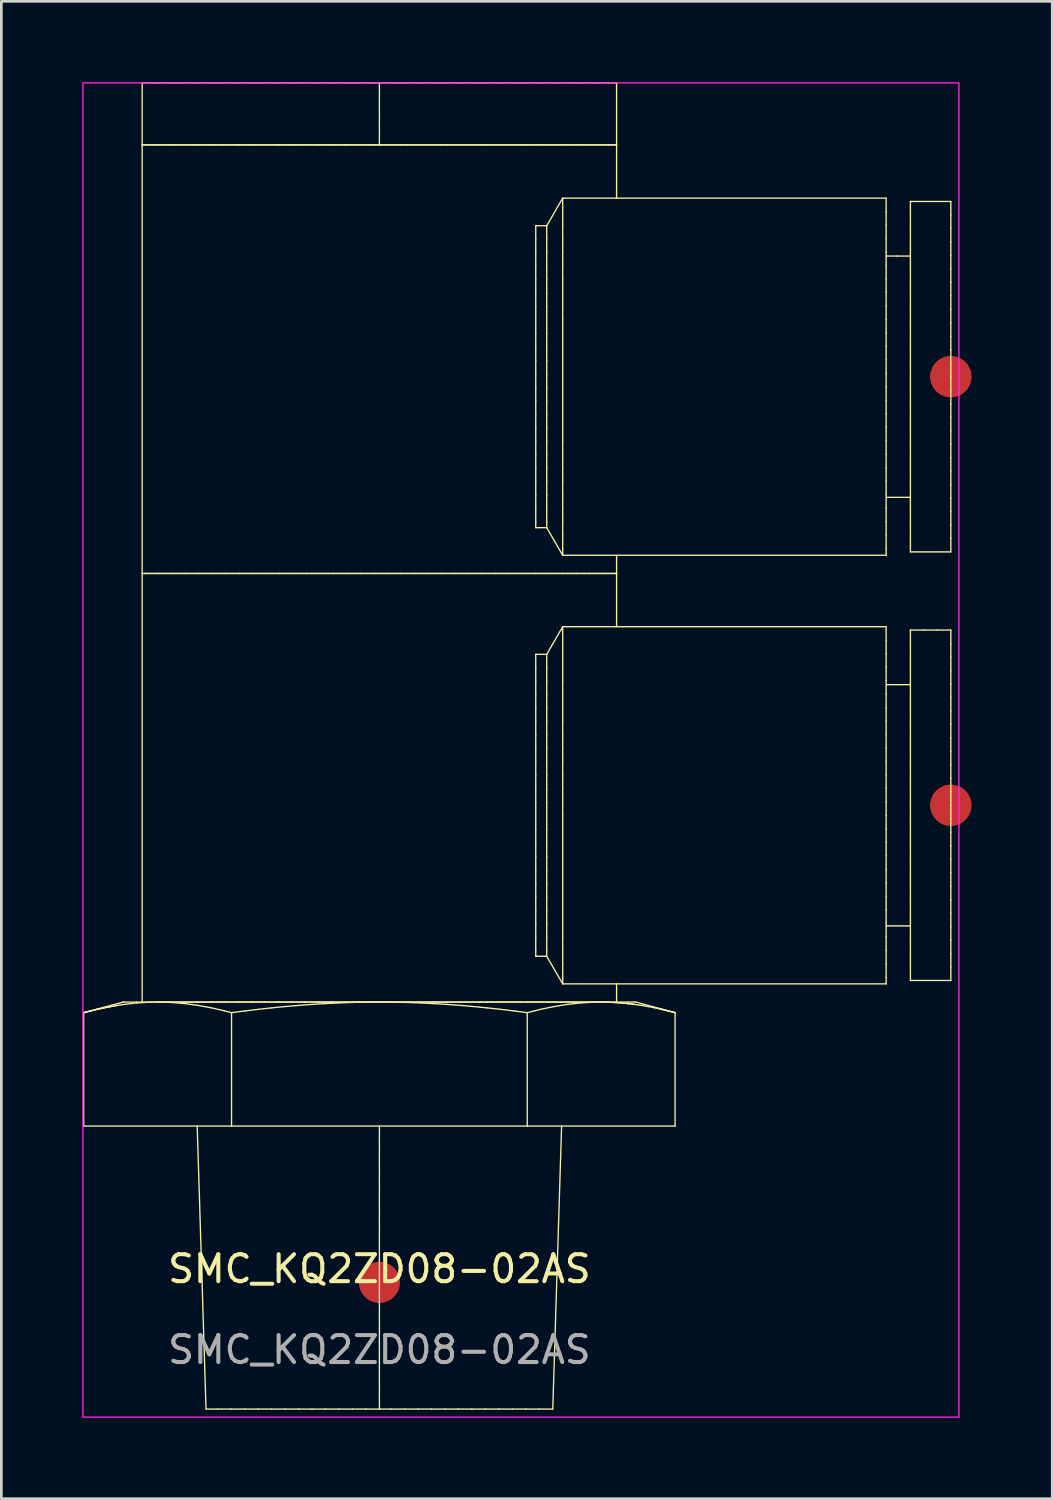
<source format=kicad_pcb>
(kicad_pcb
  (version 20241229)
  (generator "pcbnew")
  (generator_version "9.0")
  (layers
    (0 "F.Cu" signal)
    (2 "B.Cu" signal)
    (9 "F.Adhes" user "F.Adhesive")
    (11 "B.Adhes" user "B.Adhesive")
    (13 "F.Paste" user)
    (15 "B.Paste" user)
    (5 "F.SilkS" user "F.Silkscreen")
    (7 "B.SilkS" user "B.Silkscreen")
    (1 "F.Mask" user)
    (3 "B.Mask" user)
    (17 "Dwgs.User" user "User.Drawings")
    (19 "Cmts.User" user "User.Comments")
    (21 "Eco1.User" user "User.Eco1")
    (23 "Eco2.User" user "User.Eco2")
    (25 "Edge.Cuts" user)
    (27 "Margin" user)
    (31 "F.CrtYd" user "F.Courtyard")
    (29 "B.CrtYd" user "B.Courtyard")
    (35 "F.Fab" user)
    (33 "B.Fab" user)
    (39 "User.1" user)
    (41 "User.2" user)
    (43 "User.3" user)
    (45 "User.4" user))
  (footprint "SMC_KQ2ZD08-02AS"
    (layer "F.Cu")
    (at 11.025 44.525)
    (property "Reference" "SMC_KQ2ZD08-02AS" (at 0 -0.5 0) (unlocked yes) (layer "F.SilkS") (effects (font (size 1 1) (thickness 0.15))))
    (fp_line (start -10.97 -10.006) (end -10.97 -5.8) (stroke (width 0.05) (type solid)) (layer "F.SilkS"))
    (fp_line (start -10.97 -10.006) (end -10.484 -10.127) (stroke (width 0.05) (type solid)) (layer "F.SilkS"))
    (fp_line (start -10.724 -10.07) (end -10.97 -10.006) (stroke (width 0.05) (type solid)) (layer "F.SilkS"))
    (fp_line (start -10.484 -10.127) (end -9.995 -10.229) (stroke (width 0.05) (type solid)) (layer "F.SilkS"))
    (fp_line (start -10.237 -10.182) (end -10.724 -10.07) (stroke (width 0.05) (type solid)) (layer "F.SilkS"))
    (fp_line (start -9.995 -10.229) (end -9.502 -10.31) (stroke (width 0.05) (type solid)) (layer "F.SilkS"))
    (fp_line (start -9.745 -10.273) (end -10.237 -10.182) (stroke (width 0.05) (type solid)) (layer "F.SilkS"))
    (fp_line (start -9.502 -10.31) (end -9.005 -10.366) (stroke (width 0.05) (type solid)) (layer "F.SilkS"))
    (fp_line (start -9.5 -10.4) (end -10.97 -10.006) (stroke (width 0.05) (type solid)) (layer "F.SilkS"))
    (fp_line (start -9.5 -10.4) (end -9 -10.4) (stroke (width 0.05) (type solid)) (layer "F.SilkS"))
    (fp_line (start -9.005 -10.366) (end -8.506 -10.396) (stroke (width 0.05) (type solid)) (layer "F.SilkS"))
    (fp_line (start -9 -10.4) (end -8.5 -10.4) (stroke (width 0.05) (type solid)) (layer "F.SilkS"))
    (fp_line (start -8.8 -44.5) (end -8.8 -42.2) (stroke (width 0.05) (type solid)) (layer "F.SilkS"))
    (fp_line (start -8.8 -44.5) (end -8.3 -44.5) (stroke (width 0.05) (type solid)) (layer "F.SilkS"))
    (fp_line (start -8.8 -42.2) (end -8.3 -42.2) (stroke (width 0.05) (type solid)) (layer "F.SilkS"))
    (fp_line (start -8.8 -26.3) (end -8.8 -42.2) (stroke (width 0.05) (type solid)) (layer "F.SilkS"))
    (fp_line (start -8.8 -10.4) (end -8.8 -26.3) (stroke (width 0.05) (type solid)) (layer "F.SilkS"))
    (fp_line (start -8.7 -42.2) (end -8.8 -42.2) (stroke (width 0.05) (type solid)) (layer "F.SilkS"))
    (fp_line (start -8.7 -26.3) (end -8.8 -26.3) (stroke (width 0.05) (type solid)) (layer "F.SilkS"))
    (fp_line (start -8.7 -26.3) (end -8.8 -26.3) (stroke (width 0.05) (type solid)) (layer "F.SilkS"))
    (fp_line (start -8.506 -10.396) (end -8.227 -10.4) (stroke (width 0.05) (type solid)) (layer "F.SilkS"))
    (fp_line (start -8.5 -10.4) (end -8.227 -10.4) (stroke (width 0.05) (type solid)) (layer "F.SilkS"))
    (fp_line (start -8.3 -44.5) (end -7.8 -44.5) (stroke (width 0.05) (type solid)) (layer "F.SilkS"))
    (fp_line (start -8.3 -42.2) (end -7.8 -42.2) (stroke (width 0.05) (type solid)) (layer "F.SilkS"))
    (fp_line (start -8.227 -10.4) (end -7.727 -10.4) (stroke (width 0.05) (type solid)) (layer "F.SilkS"))
    (fp_line (start -8.227 -10.4) (end -7.727 -10.386) (stroke (width 0.05) (type solid)) (layer "F.SilkS"))
    (fp_line (start -8.2 -42.2) (end -8.7 -42.2) (stroke (width 0.05) (type solid)) (layer "F.SilkS"))
    (fp_line (start -8.2 -26.3) (end -8.7 -26.3) (stroke (width 0.05) (type solid)) (layer "F.SilkS"))
    (fp_line (start -8.2 -26.3) (end -8.7 -26.3) (stroke (width 0.05) (type solid)) (layer "F.SilkS"))
    (fp_line (start -7.8 -44.5) (end -7.3 -44.5) (stroke (width 0.05) (type solid)) (layer "F.SilkS"))
    (fp_line (start -7.8 -42.2) (end -7.3 -42.2) (stroke (width 0.05) (type solid)) (layer "F.SilkS"))
    (fp_line (start -7.772 -10.4) (end -8.228 -10.4) (stroke (width 0.05) (type solid)) (layer "F.SilkS"))
    (fp_line (start -7.727 -10.4) (end -7.227 -10.4) (stroke (width 0.05) (type solid)) (layer "F.SilkS"))
    (fp_line (start -7.727 -10.386) (end -7.229 -10.344) (stroke (width 0.05) (type solid)) (layer "F.SilkS"))
    (fp_line (start -7.7 -42.2) (end -8.2 -42.2) (stroke (width 0.05) (type solid)) (layer "F.SilkS"))
    (fp_line (start -7.7 -26.3) (end -8.2 -26.3) (stroke (width 0.05) (type solid)) (layer "F.SilkS"))
    (fp_line (start -7.7 -26.3) (end -8.2 -26.3) (stroke (width 0.05) (type solid)) (layer "F.SilkS"))
    (fp_line (start -7.3 -44.5) (end -6.8 -44.5) (stroke (width 0.05) (type solid)) (layer "F.SilkS"))
    (fp_line (start -7.3 -42.2) (end -6.8 -42.2) (stroke (width 0.05) (type solid)) (layer "F.SilkS"))
    (fp_line (start -7.272 -10.4) (end -7.772 -10.4) (stroke (width 0.05) (type solid)) (layer "F.SilkS"))
    (fp_line (start -7.229 -10.344) (end -6.734 -10.277) (stroke (width 0.05) (type solid)) (layer "F.SilkS"))
    (fp_line (start -7.227 -10.4) (end -6.727 -10.4) (stroke (width 0.05) (type solid)) (layer "F.SilkS"))
    (fp_line (start -7.2 -42.2) (end -7.7 -42.2) (stroke (width 0.05) (type solid)) (layer "F.SilkS"))
    (fp_line (start -7.2 -26.3) (end -7.7 -26.3) (stroke (width 0.05) (type solid)) (layer "F.SilkS"))
    (fp_line (start -7.2 -26.3) (end -7.7 -26.3) (stroke (width 0.05) (type solid)) (layer "F.SilkS"))
    (fp_line (start -6.8 -44.5) (end -6.3 -44.5) (stroke (width 0.05) (type solid)) (layer "F.SilkS"))
    (fp_line (start -6.8 -42.2) (end -6.3 -42.2) (stroke (width 0.05) (type solid)) (layer "F.SilkS"))
    (fp_line (start -6.772 -10.4) (end -7.272 -10.4) (stroke (width 0.05) (type solid)) (layer "F.SilkS"))
    (fp_line (start -6.734 -10.277) (end -6.242 -10.187) (stroke (width 0.05) (type solid)) (layer "F.SilkS"))
    (fp_line (start -6.727 -10.4) (end -6.227 -10.4) (stroke (width 0.05) (type solid)) (layer "F.SilkS"))
    (fp_line (start -6.7 -42.2) (end -7.2 -42.2) (stroke (width 0.05) (type solid)) (layer "F.SilkS"))
    (fp_line (start -6.7 -26.3) (end -7.2 -26.3) (stroke (width 0.05) (type solid)) (layer "F.SilkS"))
    (fp_line (start -6.7 -26.3) (end -7.2 -26.3) (stroke (width 0.05) (type solid)) (layer "F.SilkS"))
    (fp_line (start -6.432 4.7) (end -6.759 -5.8) (stroke (width 0.05) (type solid)) (layer "F.SilkS"))
    (fp_line (start -6.3 -44.5) (end -5.8 -44.5) (stroke (width 0.05) (type solid)) (layer "F.SilkS"))
    (fp_line (start -6.3 -42.2) (end -5.8 -42.2) (stroke (width 0.05) (type solid)) (layer "F.SilkS"))
    (fp_line (start -6.272 -10.4) (end -6.772 -10.4) (stroke (width 0.05) (type solid)) (layer "F.SilkS"))
    (fp_line (start -6.242 -10.187) (end -5.755 -10.076) (stroke (width 0.05) (type solid)) (layer "F.SilkS"))
    (fp_line (start -6.227 -10.4) (end -5.727 -10.4) (stroke (width 0.05) (type solid)) (layer "F.SilkS"))
    (fp_line (start -6.2 -42.2) (end -6.7 -42.2) (stroke (width 0.05) (type solid)) (layer "F.SilkS"))
    (fp_line (start -6.2 -26.3) (end -6.7 -26.3) (stroke (width 0.05) (type solid)) (layer "F.SilkS"))
    (fp_line (start -6.2 -26.3) (end -6.7 -26.3) (stroke (width 0.05) (type solid)) (layer "F.SilkS"))
    (fp_line (start -6 4.7) (end -6.432 4.7) (stroke (width 0.05) (type solid)) (layer "F.SilkS"))
    (fp_line (start -5.8 -44.5) (end -5.3 -44.5) (stroke (width 0.05) (type solid)) (layer "F.SilkS"))
    (fp_line (start -5.8 -42.2) (end -5.3 -42.2) (stroke (width 0.05) (type solid)) (layer "F.SilkS"))
    (fp_line (start -5.772 -10.4) (end -6.272 -10.4) (stroke (width 0.05) (type solid)) (layer "F.SilkS"))
    (fp_line (start -5.755 -10.076) (end -5.485 -10.006) (stroke (width 0.05) (type solid)) (layer "F.SilkS"))
    (fp_line (start -5.727 -10.4) (end -5.227 -10.4) (stroke (width 0.05) (type solid)) (layer "F.SilkS"))
    (fp_line (start -5.7 -42.2) (end -6.2 -42.2) (stroke (width 0.05) (type solid)) (layer "F.SilkS"))
    (fp_line (start -5.7 -26.3) (end -6.2 -26.3) (stroke (width 0.05) (type solid)) (layer "F.SilkS"))
    (fp_line (start -5.7 -26.3) (end -6.2 -26.3) (stroke (width 0.05) (type solid)) (layer "F.SilkS"))
    (fp_line (start -5.5 4.7) (end -6 4.7) (stroke (width 0.05) (type solid)) (layer "F.SilkS"))
    (fp_line (start -5.485 -10.006) (end -5.485 -5.8) (stroke (width 0.05) (type solid)) (layer "F.SilkS"))
    (fp_line (start -5.485 -10.006) (end -4.989 -10.07) (stroke (width 0.05) (type solid)) (layer "F.SilkS"))
    (fp_line (start -5.485 -5.8) (end -10.97 -5.8) (stroke (width 0.05) (type solid)) (layer "F.SilkS"))
    (fp_line (start -5.3 -44.5) (end -4.8 -44.5) (stroke (width 0.05) (type solid)) (layer "F.SilkS"))
    (fp_line (start -5.3 -42.2) (end -4.8 -42.2) (stroke (width 0.05) (type solid)) (layer "F.SilkS"))
    (fp_line (start -5.272 -10.4) (end -5.772 -10.4) (stroke (width 0.05) (type solid)) (layer "F.SilkS"))
    (fp_line (start -5.227 -10.4) (end -4.727 -10.4) (stroke (width 0.05) (type solid)) (layer "F.SilkS"))
    (fp_line (start -5.2 -42.2) (end -5.7 -42.2) (stroke (width 0.05) (type solid)) (layer "F.SilkS"))
    (fp_line (start -5.2 -26.3) (end -5.7 -26.3) (stroke (width 0.05) (type solid)) (layer "F.SilkS"))
    (fp_line (start -5.2 -26.3) (end -5.7 -26.3) (stroke (width 0.05) (type solid)) (layer "F.SilkS"))
    (fp_line (start -5 4.7) (end -5.5 4.7) (stroke (width 0.05) (type solid)) (layer "F.SilkS"))
    (fp_line (start -4.989 -10.07) (end -4.492 -10.13) (stroke (width 0.05) (type solid)) (layer "F.SilkS"))
    (fp_line (start -4.8 -44.5) (end -4.3 -44.5) (stroke (width 0.05) (type solid)) (layer "F.SilkS"))
    (fp_line (start -4.8 -42.2) (end -4.3 -42.2) (stroke (width 0.05) (type solid)) (layer "F.SilkS"))
    (fp_line (start -4.772 -10.4) (end -5.272 -10.4) (stroke (width 0.05) (type solid)) (layer "F.SilkS"))
    (fp_line (start -4.727 -10.4) (end -4.227 -10.4) (stroke (width 0.05) (type solid)) (layer "F.SilkS"))
    (fp_line (start -4.7 -42.2) (end -5.2 -42.2) (stroke (width 0.05) (type solid)) (layer "F.SilkS"))
    (fp_line (start -4.7 -26.3) (end -5.2 -26.3) (stroke (width 0.05) (type solid)) (layer "F.SilkS"))
    (fp_line (start -4.7 -26.3) (end -5.2 -26.3) (stroke (width 0.05) (type solid)) (layer "F.SilkS"))
    (fp_line (start -4.5 4.7) (end -5 4.7) (stroke (width 0.05) (type solid)) (layer "F.SilkS"))
    (fp_line (start -4.492 -10.13) (end -3.995 -10.184) (stroke (width 0.05) (type solid)) (layer "F.SilkS"))
    (fp_line (start -4.3 -44.5) (end -3.8 -44.5) (stroke (width 0.05) (type solid)) (layer "F.SilkS"))
    (fp_line (start -4.3 -42.2) (end -3.8 -42.2) (stroke (width 0.05) (type solid)) (layer "F.SilkS"))
    (fp_line (start -4.272 -10.4) (end -4.772 -10.4) (stroke (width 0.05) (type solid)) (layer "F.SilkS"))
    (fp_line (start -4.227 -10.4) (end -3.727 -10.4) (stroke (width 0.05) (type solid)) (layer "F.SilkS"))
    (fp_line (start -4.2 -42.2) (end -4.7 -42.2) (stroke (width 0.05) (type solid)) (layer "F.SilkS"))
    (fp_line (start -4.2 -26.3) (end -4.7 -26.3) (stroke (width 0.05) (type solid)) (layer "F.SilkS"))
    (fp_line (start -4.2 -26.3) (end -4.7 -26.3) (stroke (width 0.05) (type solid)) (layer "F.SilkS"))
    (fp_line (start -4 4.7) (end -4.5 4.7) (stroke (width 0.05) (type solid)) (layer "F.SilkS"))
    (fp_line (start -3.995 -10.184) (end -3.498 -10.233) (stroke (width 0.05) (type solid)) (layer "F.SilkS"))
    (fp_line (start -3.8 -44.5) (end -3.3 -44.5) (stroke (width 0.05) (type solid)) (layer "F.SilkS"))
    (fp_line (start -3.8 -42.2) (end -3.3 -42.2) (stroke (width 0.05) (type solid)) (layer "F.SilkS"))
    (fp_line (start -3.772 -10.4) (end -4.272 -10.4) (stroke (width 0.05) (type solid)) (layer "F.SilkS"))
    (fp_line (start -3.727 -10.4) (end -3.227 -10.4) (stroke (width 0.05) (type solid)) (layer "F.SilkS"))
    (fp_line (start -3.7 -42.2) (end -4.2 -42.2) (stroke (width 0.05) (type solid)) (layer "F.SilkS"))
    (fp_line (start -3.7 -26.3) (end -4.2 -26.3) (stroke (width 0.05) (type solid)) (layer "F.SilkS"))
    (fp_line (start -3.7 -26.3) (end -4.2 -26.3) (stroke (width 0.05) (type solid)) (layer "F.SilkS"))
    (fp_line (start -3.5 4.7) (end -4 4.7) (stroke (width 0.05) (type solid)) (layer "F.SilkS"))
    (fp_line (start -3.498 -10.233) (end -3 -10.276) (stroke (width 0.05) (type solid)) (layer "F.SilkS"))
    (fp_line (start -3.3 -44.5) (end -2.8 -44.5) (stroke (width 0.05) (type solid)) (layer "F.SilkS"))
    (fp_line (start -3.3 -42.2) (end -2.8 -42.2) (stroke (width 0.05) (type solid)) (layer "F.SilkS"))
    (fp_line (start -3.272 -10.4) (end -3.772 -10.4) (stroke (width 0.05) (type solid)) (layer "F.SilkS"))
    (fp_line (start -3.227 -10.4) (end -2.727 -10.4) (stroke (width 0.05) (type solid)) (layer "F.SilkS"))
    (fp_line (start -3.2 -42.2) (end -3.7 -42.2) (stroke (width 0.05) (type solid)) (layer "F.SilkS"))
    (fp_line (start -3.2 -26.3) (end -3.7 -26.3) (stroke (width 0.05) (type solid)) (layer "F.SilkS"))
    (fp_line (start -3.2 -26.3) (end -3.7 -26.3) (stroke (width 0.05) (type solid)) (layer "F.SilkS"))
    (fp_line (start -3 -10.276) (end -2.501 -10.313) (stroke (width 0.05) (type solid)) (layer "F.SilkS"))
    (fp_line (start -3 4.7) (end -3.5 4.7) (stroke (width 0.05) (type solid)) (layer "F.SilkS"))
    (fp_line (start -2.8 -44.5) (end -2.3 -44.5) (stroke (width 0.05) (type solid)) (layer "F.SilkS"))
    (fp_line (start -2.8 -42.2) (end -2.3 -42.2) (stroke (width 0.05) (type solid)) (layer "F.SilkS"))
    (fp_line (start -2.772 -10.4) (end -3.272 -10.4) (stroke (width 0.05) (type solid)) (layer "F.SilkS"))
    (fp_line (start -2.727 -10.4) (end -2.227 -10.4) (stroke (width 0.05) (type solid)) (layer "F.SilkS"))
    (fp_line (start -2.7 -42.2) (end -3.2 -42.2) (stroke (width 0.05) (type solid)) (layer "F.SilkS"))
    (fp_line (start -2.7 -26.3) (end -3.2 -26.3) (stroke (width 0.05) (type solid)) (layer "F.SilkS"))
    (fp_line (start -2.7 -26.3) (end -3.2 -26.3) (stroke (width 0.05) (type solid)) (layer "F.SilkS"))
    (fp_line (start -2.501 -10.313) (end -2.002 -10.344) (stroke (width 0.05) (type solid)) (layer "F.SilkS"))
    (fp_line (start -2.5 4.7) (end -3 4.7) (stroke (width 0.05) (type solid)) (layer "F.SilkS"))
    (fp_line (start -2.3 -44.5) (end -1.8 -44.5) (stroke (width 0.05) (type solid)) (layer "F.SilkS"))
    (fp_line (start -2.3 -42.2) (end -1.8 -42.2) (stroke (width 0.05) (type solid)) (layer "F.SilkS"))
    (fp_line (start -2.272 -10.4) (end -2.772 -10.4) (stroke (width 0.05) (type solid)) (layer "F.SilkS"))
    (fp_line (start -2.227 -10.4) (end -1.727 -10.4) (stroke (width 0.05) (type solid)) (layer "F.SilkS"))
    (fp_line (start -2.2 -42.2) (end -2.7 -42.2) (stroke (width 0.05) (type solid)) (layer "F.SilkS"))
    (fp_line (start -2.2 -26.3) (end -2.7 -26.3) (stroke (width 0.05) (type solid)) (layer "F.SilkS"))
    (fp_line (start -2.2 -26.3) (end -2.7 -26.3) (stroke (width 0.05) (type solid)) (layer "F.SilkS"))
    (fp_line (start -2.002 -10.344) (end -1.503 -10.368) (stroke (width 0.05) (type solid)) (layer "F.SilkS"))
    (fp_line (start -2 4.7) (end -2.5 4.7) (stroke (width 0.05) (type solid)) (layer "F.SilkS"))
    (fp_line (start -1.8 -44.5) (end -1.3 -44.5) (stroke (width 0.05) (type solid)) (layer "F.SilkS"))
    (fp_line (start -1.8 -42.2) (end -1.3 -42.2) (stroke (width 0.05) (type solid)) (layer "F.SilkS"))
    (fp_line (start -1.772 -10.4) (end -2.272 -10.4) (stroke (width 0.05) (type solid)) (layer "F.SilkS"))
    (fp_line (start -1.727 -10.4) (end -1.227 -10.4) (stroke (width 0.05) (type solid)) (layer "F.SilkS"))
    (fp_line (start -1.7 -42.2) (end -2.2 -42.2) (stroke (width 0.05) (type solid)) (layer "F.SilkS"))
    (fp_line (start -1.7 -26.3) (end -2.2 -26.3) (stroke (width 0.05) (type solid)) (layer "F.SilkS"))
    (fp_line (start -1.7 -26.3) (end -2.2 -26.3) (stroke (width 0.05) (type solid)) (layer "F.SilkS"))
    (fp_line (start -1.503 -10.368) (end -1.003 -10.386) (stroke (width 0.05) (type solid)) (layer "F.SilkS"))
    (fp_line (start -1.5 4.7) (end -2 4.7) (stroke (width 0.05) (type solid)) (layer "F.SilkS"))
    (fp_line (start -1.3 -44.5) (end -0.8 -44.5) (stroke (width 0.05) (type solid)) (layer "F.SilkS"))
    (fp_line (start -1.3 -42.2) (end -0.8 -42.2) (stroke (width 0.05) (type solid)) (layer "F.SilkS"))
    (fp_line (start -1.272 -10.4) (end -1.772 -10.4) (stroke (width 0.05) (type solid)) (layer "F.SilkS"))
    (fp_line (start -1.227 -10.4) (end -0.727 -10.4) (stroke (width 0.05) (type solid)) (layer "F.SilkS"))
    (fp_line (start -1.2 -42.2) (end -1.7 -42.2) (stroke (width 0.05) (type solid)) (layer "F.SilkS"))
    (fp_line (start -1.2 -26.3) (end -1.7 -26.3) (stroke (width 0.05) (type solid)) (layer "F.SilkS"))
    (fp_line (start -1.2 -26.3) (end -1.7 -26.3) (stroke (width 0.05) (type solid)) (layer "F.SilkS"))
    (fp_line (start -1.003 -10.386) (end -0.503 -10.396) (stroke (width 0.05) (type solid)) (layer "F.SilkS"))
    (fp_line (start -1 4.7) (end -1.5 4.7) (stroke (width 0.05) (type solid)) (layer "F.SilkS"))
    (fp_line (start -0.8 -44.5) (end -0.3 -44.5) (stroke (width 0.05) (type solid)) (layer "F.SilkS"))
    (fp_line (start -0.8 -42.2) (end -0.3 -42.2) (stroke (width 0.05) (type solid)) (layer "F.SilkS"))
    (fp_line (start -0.772 -10.4) (end -1.272 -10.4) (stroke (width 0.05) (type solid)) (layer "F.SilkS"))
    (fp_line (start -0.727 -10.4) (end -0.227 -10.4) (stroke (width 0.05) (type solid)) (layer "F.SilkS"))
    (fp_line (start -0.7 -42.2) (end -1.2 -42.2) (stroke (width 0.05) (type solid)) (layer "F.SilkS"))
    (fp_line (start -0.7 -26.3) (end -1.2 -26.3) (stroke (width 0.05) (type solid)) (layer "F.SilkS"))
    (fp_line (start -0.7 -26.3) (end -1.2 -26.3) (stroke (width 0.05) (type solid)) (layer "F.SilkS"))
    (fp_line (start -0.503 -10.396) (end -0.003 -10.4) (stroke (width 0.05) (type solid)) (layer "F.SilkS"))
    (fp_line (start -0.5 4.7) (end -1 4.7) (stroke (width 0.05) (type solid)) (layer "F.SilkS"))
    (fp_line (start -0.3 -44.5) (end 0 -44.5) (stroke (width 0.05) (type solid)) (layer "F.SilkS"))
    (fp_line (start -0.3 -42.2) (end 0 -42.2) (stroke (width 0.05) (type solid)) (layer "F.SilkS"))
    (fp_line (start -0.272 -10.4) (end -0.772 -10.4) (stroke (width 0.05) (type solid)) (layer "F.SilkS"))
    (fp_line (start -0.227 -10.4) (end 0 -10.4) (stroke (width 0.05) (type solid)) (layer "F.SilkS"))
    (fp_line (start -0.2 -42.2) (end -0.7 -42.2) (stroke (width 0.05) (type solid)) (layer "F.SilkS"))
    (fp_line (start -0.2 -26.3) (end -0.7 -26.3) (stroke (width 0.05) (type solid)) (layer "F.SilkS"))
    (fp_line (start -0.2 -26.3) (end -0.7 -26.3) (stroke (width 0.05) (type solid)) (layer "F.SilkS"))
    (fp_line (start -0.003 -10.4) (end 0 -10.4) (stroke (width 0.05) (type solid)) (layer "F.SilkS"))
    (fp_line (start 0 -44.5) (end 0 -44) (stroke (width 0.05) (type solid)) (layer "F.SilkS"))
    (fp_line (start 0 -44.5) (end 0.5 -44.5) (stroke (width 0.05) (type solid)) (layer "F.SilkS"))
    (fp_line (start 0 -44) (end 0 -43.5) (stroke (width 0.05) (type solid)) (layer "F.SilkS"))
    (fp_line (start 0 -43.5) (end 0 -43) (stroke (width 0.05) (type solid)) (layer "F.SilkS"))
    (fp_line (start 0 -43) (end 0 -42.5) (stroke (width 0.05) (type solid)) (layer "F.SilkS"))
    (fp_line (start 0 -42.5) (end 0 -42.2) (stroke (width 0.05) (type solid)) (layer "F.SilkS"))
    (fp_line (start 0 -42.2) (end 0.5 -42.2) (stroke (width 0.05) (type solid)) (layer "F.SilkS"))
    (fp_line (start 0 -10.4) (end 0.5 -10.4) (stroke (width 0.05) (type solid)) (layer "F.SilkS"))
    (fp_line (start 0 -10.4) (end 0.5 -10.396) (stroke (width 0.05) (type solid)) (layer "F.SilkS"))
    (fp_line (start 0 -5.3) (end 0 -5.8) (stroke (width 0.05) (type solid)) (layer "F.SilkS"))
    (fp_line (start 0 -4.8) (end 0 -5.3) (stroke (width 0.05) (type solid)) (layer "F.SilkS"))
    (fp_line (start 0 -4.3) (end 0 -4.8) (stroke (width 0.05) (type solid)) (layer "F.SilkS"))
    (fp_line (start 0 -3.8) (end 0 -4.3) (stroke (width 0.05) (type solid)) (layer "F.SilkS"))
    (fp_line (start 0 -3.3) (end 0 -3.8) (stroke (width 0.05) (type solid)) (layer "F.SilkS"))
    (fp_line (start 0 -2.8) (end 0 -3.3) (stroke (width 0.05) (type solid)) (layer "F.SilkS"))
    (fp_line (start 0 -2.3) (end 0 -2.8) (stroke (width 0.05) (type solid)) (layer "F.SilkS"))
    (fp_line (start 0 -1.8) (end 0 -2.3) (stroke (width 0.05) (type solid)) (layer "F.SilkS"))
    (fp_line (start 0 -1.3) (end 0 -1.8) (stroke (width 0.05) (type solid)) (layer "F.SilkS"))
    (fp_line (start 0 -0.8) (end 0 -1.3) (stroke (width 0.05) (type solid)) (layer "F.SilkS"))
    (fp_line (start 0 -0.3) (end 0 -0.8) (stroke (width 0.05) (type solid)) (layer "F.SilkS"))
    (fp_line (start 0 0.2) (end 0 -0.3) (stroke (width 0.05) (type solid)) (layer "F.SilkS"))
    (fp_line (start 0 0.7) (end 0 0.2) (stroke (width 0.05) (type solid)) (layer "F.SilkS"))
    (fp_line (start 0 1.2) (end 0 0.7) (stroke (width 0.05) (type solid)) (layer "F.SilkS"))
    (fp_line (start 0 1.7) (end 0 1.2) (stroke (width 0.05) (type solid)) (layer "F.SilkS"))
    (fp_line (start 0 2.2) (end 0 1.7) (stroke (width 0.05) (type solid)) (layer "F.SilkS"))
    (fp_line (start 0 2.7) (end 0 2.2) (stroke (width 0.05) (type solid)) (layer "F.SilkS"))
    (fp_line (start 0 3.2) (end 0 2.7) (stroke (width 0.05) (type solid)) (layer "F.SilkS"))
    (fp_line (start 0 3.7) (end 0 3.2) (stroke (width 0.05) (type solid)) (layer "F.SilkS"))
    (fp_line (start 0 4.2) (end 0 3.7) (stroke (width 0.05) (type solid)) (layer "F.SilkS"))
    (fp_line (start 0 4.7) (end -0.5 4.7) (stroke (width 0.05) (type solid)) (layer "F.SilkS"))
    (fp_line (start 0 4.7) (end 0 4.2) (stroke (width 0.05) (type solid)) (layer "F.SilkS"))
    (fp_line (start 0.228 -10.4) (end -0.272 -10.4) (stroke (width 0.05) (type solid)) (layer "F.SilkS"))
    (fp_line (start 0.3 -42.2) (end -0.2 -42.2) (stroke (width 0.05) (type solid)) (layer "F.SilkS"))
    (fp_line (start 0.3 -26.3) (end -0.2 -26.3) (stroke (width 0.05) (type solid)) (layer "F.SilkS"))
    (fp_line (start 0.3 -26.3) (end -0.2 -26.3) (stroke (width 0.05) (type solid)) (layer "F.SilkS"))
    (fp_line (start 0.432 4.7) (end 0 4.7) (stroke (width 0.05) (type solid)) (layer "F.SilkS"))
    (fp_line (start 0.5 -44.5) (end 1 -44.5) (stroke (width 0.05) (type solid)) (layer "F.SilkS"))
    (fp_line (start 0.5 -42.2) (end 1 -42.2) (stroke (width 0.05) (type solid)) (layer "F.SilkS"))
    (fp_line (start 0.5 -10.4) (end 1 -10.4) (stroke (width 0.05) (type solid)) (layer "F.SilkS"))
    (fp_line (start 0.5 -10.396) (end 1 -10.386) (stroke (width 0.05) (type solid)) (layer "F.SilkS"))
    (fp_line (start 0.728 -10.4) (end 0.228 -10.4) (stroke (width 0.05) (type solid)) (layer "F.SilkS"))
    (fp_line (start 0.8 -42.2) (end 0.3 -42.2) (stroke (width 0.05) (type solid)) (layer "F.SilkS"))
    (fp_line (start 0.8 -26.3) (end 0.3 -26.3) (stroke (width 0.05) (type solid)) (layer "F.SilkS"))
    (fp_line (start 0.8 -26.3) (end 0.3 -26.3) (stroke (width 0.05) (type solid)) (layer "F.SilkS"))
    (fp_line (start 0.932 4.7) (end 0.432 4.7) (stroke (width 0.05) (type solid)) (layer "F.SilkS"))
    (fp_line (start 1 -44.5) (end 1.5 -44.5) (stroke (width 0.05) (type solid)) (layer "F.SilkS"))
    (fp_line (start 1 -42.2) (end 1.5 -42.2) (stroke (width 0.05) (type solid)) (layer "F.SilkS"))
    (fp_line (start 1 -10.4) (end 1.5 -10.4) (stroke (width 0.05) (type solid)) (layer "F.SilkS"))
    (fp_line (start 1 -10.386) (end 1.5 -10.368) (stroke (width 0.05) (type solid)) (layer "F.SilkS"))
    (fp_line (start 1.228 -10.4) (end 0.728 -10.4) (stroke (width 0.05) (type solid)) (layer "F.SilkS"))
    (fp_line (start 1.3 -42.2) (end 0.8 -42.2) (stroke (width 0.05) (type solid)) (layer "F.SilkS"))
    (fp_line (start 1.3 -26.3) (end 0.8 -26.3) (stroke (width 0.05) (type solid)) (layer "F.SilkS"))
    (fp_line (start 1.3 -26.3) (end 0.8 -26.3) (stroke (width 0.05) (type solid)) (layer "F.SilkS"))
    (fp_line (start 1.432 4.7) (end 0.932 4.7) (stroke (width 0.05) (type solid)) (layer "F.SilkS"))
    (fp_line (start 1.5 -44.5) (end 2 -44.5) (stroke (width 0.05) (type solid)) (layer "F.SilkS"))
    (fp_line (start 1.5 -42.2) (end 2 -42.2) (stroke (width 0.05) (type solid)) (layer "F.SilkS"))
    (fp_line (start 1.5 -10.4) (end 2 -10.4) (stroke (width 0.05) (type solid)) (layer "F.SilkS"))
    (fp_line (start 1.5 -10.368) (end 1.999 -10.344) (stroke (width 0.05) (type solid)) (layer "F.SilkS"))
    (fp_line (start 1.728 -10.4) (end 1.228 -10.4) (stroke (width 0.05) (type solid)) (layer "F.SilkS"))
    (fp_line (start 1.8 -42.2) (end 1.3 -42.2) (stroke (width 0.05) (type solid)) (layer "F.SilkS"))
    (fp_line (start 1.8 -26.3) (end 1.3 -26.3) (stroke (width 0.05) (type solid)) (layer "F.SilkS"))
    (fp_line (start 1.8 -26.3) (end 1.3 -26.3) (stroke (width 0.05) (type solid)) (layer "F.SilkS"))
    (fp_line (start 1.932 4.7) (end 1.432 4.7) (stroke (width 0.05) (type solid)) (layer "F.SilkS"))
    (fp_line (start 1.999 -10.344) (end 2.498 -10.313) (stroke (width 0.05) (type solid)) (layer "F.SilkS"))
    (fp_line (start 2 -44.5) (end 2.5 -44.5) (stroke (width 0.05) (type solid)) (layer "F.SilkS"))
    (fp_line (start 2 -42.2) (end 2.5 -42.2) (stroke (width 0.05) (type solid)) (layer "F.SilkS"))
    (fp_line (start 2 -10.4) (end 2.5 -10.4) (stroke (width 0.05) (type solid)) (layer "F.SilkS"))
    (fp_line (start 2.228 -10.4) (end 1.728 -10.4) (stroke (width 0.05) (type solid)) (layer "F.SilkS"))
    (fp_line (start 2.3 -42.2) (end 1.8 -42.2) (stroke (width 0.05) (type solid)) (layer "F.SilkS"))
    (fp_line (start 2.3 -26.3) (end 1.8 -26.3) (stroke (width 0.05) (type solid)) (layer "F.SilkS"))
    (fp_line (start 2.3 -26.3) (end 1.8 -26.3) (stroke (width 0.05) (type solid)) (layer "F.SilkS"))
    (fp_line (start 2.432 4.7) (end 1.932 4.7) (stroke (width 0.05) (type solid)) (layer "F.SilkS"))
    (fp_line (start 2.498 -10.313) (end 2.997 -10.276) (stroke (width 0.05) (type solid)) (layer "F.SilkS"))
    (fp_line (start 2.5 -44.5) (end 3 -44.5) (stroke (width 0.05) (type solid)) (layer "F.SilkS"))
    (fp_line (start 2.5 -42.2) (end 3 -42.2) (stroke (width 0.05) (type solid)) (layer "F.SilkS"))
    (fp_line (start 2.5 -10.4) (end 3 -10.4) (stroke (width 0.05) (type solid)) (layer "F.SilkS"))
    (fp_line (start 2.728 -10.4) (end 2.228 -10.4) (stroke (width 0.05) (type solid)) (layer "F.SilkS"))
    (fp_line (start 2.8 -42.2) (end 2.3 -42.2) (stroke (width 0.05) (type solid)) (layer "F.SilkS"))
    (fp_line (start 2.8 -26.3) (end 2.3 -26.3) (stroke (width 0.05) (type solid)) (layer "F.SilkS"))
    (fp_line (start 2.8 -26.3) (end 2.3 -26.3) (stroke (width 0.05) (type solid)) (layer "F.SilkS"))
    (fp_line (start 2.932 4.7) (end 2.432 4.7) (stroke (width 0.05) (type solid)) (layer "F.SilkS"))
    (fp_line (start 2.997 -10.276) (end 3.495 -10.233) (stroke (width 0.05) (type solid)) (layer "F.SilkS"))
    (fp_line (start 3 -44.5) (end 3.5 -44.5) (stroke (width 0.05) (type solid)) (layer "F.SilkS"))
    (fp_line (start 3 -42.2) (end 3.5 -42.2) (stroke (width 0.05) (type solid)) (layer "F.SilkS"))
    (fp_line (start 3 -10.4) (end 3.5 -10.4) (stroke (width 0.05) (type solid)) (layer "F.SilkS"))
    (fp_line (start 3.228 -10.4) (end 2.728 -10.4) (stroke (width 0.05) (type solid)) (layer "F.SilkS"))
    (fp_line (start 3.3 -42.2) (end 2.8 -42.2) (stroke (width 0.05) (type solid)) (layer "F.SilkS"))
    (fp_line (start 3.3 -26.3) (end 2.8 -26.3) (stroke (width 0.05) (type solid)) (layer "F.SilkS"))
    (fp_line (start 3.3 -26.3) (end 2.8 -26.3) (stroke (width 0.05) (type solid)) (layer "F.SilkS"))
    (fp_line (start 3.432 4.7) (end 2.932 4.7) (stroke (width 0.05) (type solid)) (layer "F.SilkS"))
    (fp_line (start 3.495 -10.233) (end 3.992 -10.184) (stroke (width 0.05) (type solid)) (layer "F.SilkS"))
    (fp_line (start 3.5 -44.5) (end 4 -44.5) (stroke (width 0.05) (type solid)) (layer "F.SilkS"))
    (fp_line (start 3.5 -42.2) (end 4 -42.2) (stroke (width 0.05) (type solid)) (layer "F.SilkS"))
    (fp_line (start 3.5 -10.4) (end 4 -10.4) (stroke (width 0.05) (type solid)) (layer "F.SilkS"))
    (fp_line (start 3.728 -10.4) (end 3.228 -10.4) (stroke (width 0.05) (type solid)) (layer "F.SilkS"))
    (fp_line (start 3.8 -42.2) (end 3.3 -42.2) (stroke (width 0.05) (type solid)) (layer "F.SilkS"))
    (fp_line (start 3.8 -26.3) (end 3.3 -26.3) (stroke (width 0.05) (type solid)) (layer "F.SilkS"))
    (fp_line (start 3.8 -26.3) (end 3.3 -26.3) (stroke (width 0.05) (type solid)) (layer "F.SilkS"))
    (fp_line (start 3.932 4.7) (end 3.432 4.7) (stroke (width 0.05) (type solid)) (layer "F.SilkS"))
    (fp_line (start 3.992 -10.184) (end 4.49 -10.13) (stroke (width 0.05) (type solid)) (layer "F.SilkS"))
    (fp_line (start 4 -44.5) (end 4.5 -44.5) (stroke (width 0.05) (type solid)) (layer "F.SilkS"))
    (fp_line (start 4 -42.2) (end 4.5 -42.2) (stroke (width 0.05) (type solid)) (layer "F.SilkS"))
    (fp_line (start 4 -10.4) (end 4.5 -10.4) (stroke (width 0.05) (type solid)) (layer "F.SilkS"))
    (fp_line (start 4.228 -10.4) (end 3.728 -10.4) (stroke (width 0.05) (type solid)) (layer "F.SilkS"))
    (fp_line (start 4.3 -42.2) (end 3.8 -42.2) (stroke (width 0.05) (type solid)) (layer "F.SilkS"))
    (fp_line (start 4.3 -26.3) (end 3.8 -26.3) (stroke (width 0.05) (type solid)) (layer "F.SilkS"))
    (fp_line (start 4.3 -26.3) (end 3.8 -26.3) (stroke (width 0.05) (type solid)) (layer "F.SilkS"))
    (fp_line (start 4.432 4.7) (end 3.932 4.7) (stroke (width 0.05) (type solid)) (layer "F.SilkS"))
    (fp_line (start 4.49 -10.13) (end 4.986 -10.071) (stroke (width 0.05) (type solid)) (layer "F.SilkS"))
    (fp_line (start 4.5 -44.5) (end 5 -44.5) (stroke (width 0.05) (type solid)) (layer "F.SilkS"))
    (fp_line (start 4.5 -42.2) (end 5 -42.2) (stroke (width 0.05) (type solid)) (layer "F.SilkS"))
    (fp_line (start 4.5 -10.4) (end 5 -10.4) (stroke (width 0.05) (type solid)) (layer "F.SilkS"))
    (fp_line (start 4.728 -10.4) (end 4.228 -10.4) (stroke (width 0.05) (type solid)) (layer "F.SilkS"))
    (fp_line (start 4.8 -42.2) (end 4.3 -42.2) (stroke (width 0.05) (type solid)) (layer "F.SilkS"))
    (fp_line (start 4.8 -26.3) (end 4.3 -26.3) (stroke (width 0.05) (type solid)) (layer "F.SilkS"))
    (fp_line (start 4.8 -26.3) (end 4.3 -26.3) (stroke (width 0.05) (type solid)) (layer "F.SilkS"))
    (fp_line (start 4.932 4.7) (end 4.432 4.7) (stroke (width 0.05) (type solid)) (layer "F.SilkS"))
    (fp_line (start 4.986 -10.071) (end 5.482 -10.007) (stroke (width 0.05) (type solid)) (layer "F.SilkS"))
    (fp_line (start 5 -44.5) (end 5.5 -44.5) (stroke (width 0.05) (type solid)) (layer "F.SilkS"))
    (fp_line (start 5 -42.2) (end 5.5 -42.2) (stroke (width 0.05) (type solid)) (layer "F.SilkS"))
    (fp_line (start 5 -10.4) (end 5.5 -10.4) (stroke (width 0.05) (type solid)) (layer "F.SilkS"))
    (fp_line (start 5.228 -10.4) (end 4.728 -10.4) (stroke (width 0.05) (type solid)) (layer "F.SilkS"))
    (fp_line (start 5.3 -42.2) (end 4.8 -42.2) (stroke (width 0.05) (type solid)) (layer "F.SilkS"))
    (fp_line (start 5.3 -26.3) (end 4.8 -26.3) (stroke (width 0.05) (type solid)) (layer "F.SilkS"))
    (fp_line (start 5.3 -26.3) (end 4.8 -26.3) (stroke (width 0.05) (type solid)) (layer "F.SilkS"))
    (fp_line (start 5.432 4.7) (end 4.932 4.7) (stroke (width 0.05) (type solid)) (layer "F.SilkS"))
    (fp_line (start 5.482 -10.007) (end 5.485 -10.006) (stroke (width 0.05) (type solid)) (layer "F.SilkS"))
    (fp_line (start 5.485 -10.006) (end 5.485 -5.8) (stroke (width 0.05) (type solid)) (layer "F.SilkS"))
    (fp_line (start 5.485 -10.006) (end 5.97 -10.127) (stroke (width 0.05) (type solid)) (layer "F.SilkS"))
    (fp_line (start 5.485 -5.8) (end -5.485 -5.8) (stroke (width 0.05) (type solid)) (layer "F.SilkS"))
    (fp_line (start 5.5 -44.5) (end 6 -44.5) (stroke (width 0.05) (type solid)) (layer "F.SilkS"))
    (fp_line (start 5.5 -42.2) (end 6 -42.2) (stroke (width 0.05) (type solid)) (layer "F.SilkS"))
    (fp_line (start 5.5 -10.4) (end 6 -10.4) (stroke (width 0.05) (type solid)) (layer "F.SilkS"))
    (fp_line (start 5.728 -10.4) (end 5.228 -10.4) (stroke (width 0.05) (type solid)) (layer "F.SilkS"))
    (fp_line (start 5.8 -42.2) (end 5.3 -42.2) (stroke (width 0.05) (type solid)) (layer "F.SilkS"))
    (fp_line (start 5.8 -39.2) (end 5.8 -38.7) (stroke (width 0.05) (type solid)) (layer "F.SilkS"))
    (fp_line (start 5.8 -38.7) (end 5.8 -38.2) (stroke (width 0.05) (type solid)) (layer "F.SilkS"))
    (fp_line (start 5.8 -38.2) (end 5.8 -37.7) (stroke (width 0.05) (type solid)) (layer "F.SilkS"))
    (fp_line (start 5.8 -37.7) (end 5.8 -37.2) (stroke (width 0.05) (type solid)) (layer "F.SilkS"))
    (fp_line (start 5.8 -37.2) (end 5.8 -36.7) (stroke (width 0.05) (type solid)) (layer "F.SilkS"))
    (fp_line (start 5.8 -36.7) (end 5.8 -36.2) (stroke (width 0.05) (type solid)) (layer "F.SilkS"))
    (fp_line (start 5.8 -36.2) (end 5.8 -35.7) (stroke (width 0.05) (type solid)) (layer "F.SilkS"))
    (fp_line (start 5.8 -35.7) (end 5.8 -35.2) (stroke (width 0.05) (type solid)) (layer "F.SilkS"))
    (fp_line (start 5.8 -35.2) (end 5.8 -34.7) (stroke (width 0.05) (type solid)) (layer "F.SilkS"))
    (fp_line (start 5.8 -34.7) (end 5.8 -34.2) (stroke (width 0.05) (type solid)) (layer "F.SilkS"))
    (fp_line (start 5.8 -34.2) (end 5.8 -33.7) (stroke (width 0.05) (type solid)) (layer "F.SilkS"))
    (fp_line (start 5.8 -33.7) (end 5.8 -33.2) (stroke (width 0.05) (type solid)) (layer "F.SilkS"))
    (fp_line (start 5.8 -33.2) (end 5.8 -32.7) (stroke (width 0.05) (type solid)) (layer "F.SilkS"))
    (fp_line (start 5.8 -32.7) (end 5.8 -32.2) (stroke (width 0.05) (type solid)) (layer "F.SilkS"))
    (fp_line (start 5.8 -32.2) (end 5.8 -31.7) (stroke (width 0.05) (type solid)) (layer "F.SilkS"))
    (fp_line (start 5.8 -31.7) (end 5.8 -31.2) (stroke (width 0.05) (type solid)) (layer "F.SilkS"))
    (fp_line (start 5.8 -31.2) (end 5.8 -30.7) (stroke (width 0.05) (type solid)) (layer "F.SilkS"))
    (fp_line (start 5.8 -30.7) (end 5.8 -30.2) (stroke (width 0.05) (type solid)) (layer "F.SilkS"))
    (fp_line (start 5.8 -30.2) (end 5.8 -29.7) (stroke (width 0.05) (type solid)) (layer "F.SilkS"))
    (fp_line (start 5.8 -29.7) (end 5.8 -29.2) (stroke (width 0.05) (type solid)) (layer "F.SilkS"))
    (fp_line (start 5.8 -29.2) (end 5.8 -28.7) (stroke (width 0.05) (type solid)) (layer "F.SilkS"))
    (fp_line (start 5.8 -28.7) (end 5.8 -28.2) (stroke (width 0.05) (type solid)) (layer "F.SilkS"))
    (fp_line (start 5.8 -28.2) (end 5.8 -28) (stroke (width 0.05) (type solid)) (layer "F.SilkS"))
    (fp_line (start 5.8 -28) (end 5.821 -28) (stroke (width 0.05) (type solid)) (layer "F.SilkS"))
    (fp_line (start 5.8 -26.3) (end 5.3 -26.3) (stroke (width 0.05) (type solid)) (layer "F.SilkS"))
    (fp_line (start 5.8 -26.3) (end 5.3 -26.3) (stroke (width 0.05) (type solid)) (layer "F.SilkS"))
    (fp_line (start 5.8 -23.3) (end 5.8 -22.8) (stroke (width 0.05) (type solid)) (layer "F.SilkS"))
    (fp_line (start 5.8 -22.8) (end 5.8 -22.3) (stroke (width 0.05) (type solid)) (layer "F.SilkS"))
    (fp_line (start 5.8 -22.3) (end 5.8 -21.8) (stroke (width 0.05) (type solid)) (layer "F.SilkS"))
    (fp_line (start 5.8 -21.8) (end 5.8 -21.3) (stroke (width 0.05) (type solid)) (layer "F.SilkS"))
    (fp_line (start 5.8 -21.3) (end 5.8 -20.8) (stroke (width 0.05) (type solid)) (layer "F.SilkS"))
    (fp_line (start 5.8 -20.8) (end 5.8 -20.3) (stroke (width 0.05) (type solid)) (layer "F.SilkS"))
    (fp_line (start 5.8 -20.3) (end 5.8 -19.8) (stroke (width 0.05) (type solid)) (layer "F.SilkS"))
    (fp_line (start 5.8 -19.8) (end 5.8 -19.3) (stroke (width 0.05) (type solid)) (layer "F.SilkS"))
    (fp_line (start 5.8 -19.3) (end 5.8 -18.8) (stroke (width 0.05) (type solid)) (layer "F.SilkS"))
    (fp_line (start 5.8 -18.8) (end 5.8 -18.3) (stroke (width 0.05) (type solid)) (layer "F.SilkS"))
    (fp_line (start 5.8 -18.3) (end 5.8 -17.8) (stroke (width 0.05) (type solid)) (layer "F.SilkS"))
    (fp_line (start 5.8 -17.8) (end 5.8 -17.3) (stroke (width 0.05) (type solid)) (layer "F.SilkS"))
    (fp_line (start 5.8 -17.3) (end 5.8 -16.8) (stroke (width 0.05) (type solid)) (layer "F.SilkS"))
    (fp_line (start 5.8 -16.8) (end 5.8 -16.3) (stroke (width 0.05) (type solid)) (layer "F.SilkS"))
    (fp_line (start 5.8 -16.3) (end 5.8 -15.8) (stroke (width 0.05) (type solid)) (layer "F.SilkS"))
    (fp_line (start 5.8 -15.8) (end 5.8 -15.3) (stroke (width 0.05) (type solid)) (layer "F.SilkS"))
    (fp_line (start 5.8 -15.3) (end 5.8 -14.8) (stroke (width 0.05) (type solid)) (layer "F.SilkS"))
    (fp_line (start 5.8 -14.8) (end 5.8 -14.3) (stroke (width 0.05) (type solid)) (layer "F.SilkS"))
    (fp_line (start 5.8 -14.3) (end 5.8 -13.8) (stroke (width 0.05) (type solid)) (layer "F.SilkS"))
    (fp_line (start 5.8 -13.8) (end 5.8 -13.3) (stroke (width 0.05) (type solid)) (layer "F.SilkS"))
    (fp_line (start 5.8 -13.3) (end 5.8 -12.8) (stroke (width 0.05) (type solid)) (layer "F.SilkS"))
    (fp_line (start 5.8 -12.8) (end 5.8 -12.3) (stroke (width 0.05) (type solid)) (layer "F.SilkS"))
    (fp_line (start 5.8 -12.3) (end 5.8 -12.1) (stroke (width 0.05) (type solid)) (layer "F.SilkS"))
    (fp_line (start 5.8 -12.1) (end 5.821 -12.1) (stroke (width 0.05) (type solid)) (layer "F.SilkS"))
    (fp_line (start 5.821 -39.2) (end 5.8 -39.2) (stroke (width 0.05) (type solid)) (layer "F.SilkS"))
    (fp_line (start 5.821 -23.3) (end 5.8 -23.3) (stroke (width 0.05) (type solid)) (layer "F.SilkS"))
    (fp_line (start 5.932 4.7) (end 5.432 4.7) (stroke (width 0.05) (type solid)) (layer "F.SilkS"))
    (fp_line (start 5.97 -10.127) (end 6.459 -10.229) (stroke (width 0.05) (type solid)) (layer "F.SilkS"))
    (fp_line (start 6 -44.5) (end 6.5 -44.5) (stroke (width 0.05) (type solid)) (layer "F.SilkS"))
    (fp_line (start 6 -42.2) (end 6.5 -42.2) (stroke (width 0.05) (type solid)) (layer "F.SilkS"))
    (fp_line (start 6 -10.4) (end 6.5 -10.4) (stroke (width 0.05) (type solid)) (layer "F.SilkS"))
    (fp_line (start 6.208 -39.2) (end 5.821 -39.2) (stroke (width 0.05) (type solid)) (layer "F.SilkS"))
    (fp_line (start 6.208 -39.2) (end 6.208 -38.7) (stroke (width 0.05) (type solid)) (layer "F.SilkS"))
    (fp_line (start 6.208 -39.2) (end 6.8 -40.225) (stroke (width 0.05) (type solid)) (layer "F.SilkS"))
    (fp_line (start 6.208 -38.7) (end 6.208 -38.2) (stroke (width 0.05) (type solid)) (layer "F.SilkS"))
    (fp_line (start 6.208 -38.2) (end 6.208 -37.7) (stroke (width 0.05) (type solid)) (layer "F.SilkS"))
    (fp_line (start 6.208 -37.7) (end 6.208 -37.2) (stroke (width 0.05) (type solid)) (layer "F.SilkS"))
    (fp_line (start 6.208 -37.2) (end 6.208 -36.7) (stroke (width 0.05) (type solid)) (layer "F.SilkS"))
    (fp_line (start 6.208 -36.7) (end 6.208 -36.2) (stroke (width 0.05) (type solid)) (layer "F.SilkS"))
    (fp_line (start 6.208 -36.2) (end 6.208 -35.7) (stroke (width 0.05) (type solid)) (layer "F.SilkS"))
    (fp_line (start 6.208 -35.7) (end 6.208 -35.2) (stroke (width 0.05) (type solid)) (layer "F.SilkS"))
    (fp_line (start 6.208 -35.2) (end 6.208 -34.7) (stroke (width 0.05) (type solid)) (layer "F.SilkS"))
    (fp_line (start 6.208 -34.7) (end 6.208 -34.2) (stroke (width 0.05) (type solid)) (layer "F.SilkS"))
    (fp_line (start 6.208 -34.2) (end 6.208 -33.7) (stroke (width 0.05) (type solid)) (layer "F.SilkS"))
    (fp_line (start 6.208 -33.7) (end 6.208 -33.2) (stroke (width 0.05) (type solid)) (layer "F.SilkS"))
    (fp_line (start 6.208 -33.2) (end 6.208 -32.7) (stroke (width 0.05) (type solid)) (layer "F.SilkS"))
    (fp_line (start 6.208 -32.7) (end 6.208 -32.2) (stroke (width 0.05) (type solid)) (layer "F.SilkS"))
    (fp_line (start 6.208 -32.2) (end 6.208 -31.7) (stroke (width 0.05) (type solid)) (layer "F.SilkS"))
    (fp_line (start 6.208 -31.7) (end 6.208 -31.2) (stroke (width 0.05) (type solid)) (layer "F.SilkS"))
    (fp_line (start 6.208 -31.2) (end 6.208 -30.7) (stroke (width 0.05) (type solid)) (layer "F.SilkS"))
    (fp_line (start 6.208 -30.7) (end 6.208 -30.2) (stroke (width 0.05) (type solid)) (layer "F.SilkS"))
    (fp_line (start 6.208 -30.2) (end 6.208 -29.7) (stroke (width 0.05) (type solid)) (layer "F.SilkS"))
    (fp_line (start 6.208 -29.7) (end 6.208 -29.2) (stroke (width 0.05) (type solid)) (layer "F.SilkS"))
    (fp_line (start 6.208 -29.2) (end 6.208 -28.7) (stroke (width 0.05) (type solid)) (layer "F.SilkS"))
    (fp_line (start 6.208 -28.7) (end 6.208 -28.2) (stroke (width 0.05) (type solid)) (layer "F.SilkS"))
    (fp_line (start 6.208 -28.2) (end 6.208 -28) (stroke (width 0.05) (type solid)) (layer "F.SilkS"))
    (fp_line (start 6.208 -28) (end 5.821 -28) (stroke (width 0.05) (type solid)) (layer "F.SilkS"))
    (fp_line (start 6.208 -28) (end 6.8 -26.975) (stroke (width 0.05) (type solid)) (layer "F.SilkS"))
    (fp_line (start 6.208 -23.3) (end 5.821 -23.3) (stroke (width 0.05) (type solid)) (layer "F.SilkS"))
    (fp_line (start 6.208 -23.3) (end 6.208 -22.8) (stroke (width 0.05) (type solid)) (layer "F.SilkS"))
    (fp_line (start 6.208 -23.3) (end 6.8 -24.325) (stroke (width 0.05) (type solid)) (layer "F.SilkS"))
    (fp_line (start 6.208 -22.8) (end 6.208 -22.3) (stroke (width 0.05) (type solid)) (layer "F.SilkS"))
    (fp_line (start 6.208 -22.3) (end 6.208 -21.8) (stroke (width 0.05) (type solid)) (layer "F.SilkS"))
    (fp_line (start 6.208 -21.8) (end 6.208 -21.3) (stroke (width 0.05) (type solid)) (layer "F.SilkS"))
    (fp_line (start 6.208 -21.3) (end 6.208 -20.8) (stroke (width 0.05) (type solid)) (layer "F.SilkS"))
    (fp_line (start 6.208 -20.8) (end 6.208 -20.3) (stroke (width 0.05) (type solid)) (layer "F.SilkS"))
    (fp_line (start 6.208 -20.3) (end 6.208 -19.8) (stroke (width 0.05) (type solid)) (layer "F.SilkS"))
    (fp_line (start 6.208 -19.8) (end 6.208 -19.3) (stroke (width 0.05) (type solid)) (layer "F.SilkS"))
    (fp_line (start 6.208 -19.3) (end 6.208 -18.8) (stroke (width 0.05) (type solid)) (layer "F.SilkS"))
    (fp_line (start 6.208 -18.8) (end 6.208 -18.3) (stroke (width 0.05) (type solid)) (layer "F.SilkS"))
    (fp_line (start 6.208 -18.3) (end 6.208 -17.8) (stroke (width 0.05) (type solid)) (layer "F.SilkS"))
    (fp_line (start 6.208 -17.8) (end 6.208 -17.3) (stroke (width 0.05) (type solid)) (layer "F.SilkS"))
    (fp_line (start 6.208 -17.3) (end 6.208 -16.8) (stroke (width 0.05) (type solid)) (layer "F.SilkS"))
    (fp_line (start 6.208 -16.8) (end 6.208 -16.3) (stroke (width 0.05) (type solid)) (layer "F.SilkS"))
    (fp_line (start 6.208 -16.3) (end 6.208 -15.8) (stroke (width 0.05) (type solid)) (layer "F.SilkS"))
    (fp_line (start 6.208 -15.8) (end 6.208 -15.3) (stroke (width 0.05) (type solid)) (layer "F.SilkS"))
    (fp_line (start 6.208 -15.3) (end 6.208 -14.8) (stroke (width 0.05) (type solid)) (layer "F.SilkS"))
    (fp_line (start 6.208 -14.8) (end 6.208 -14.3) (stroke (width 0.05) (type solid)) (layer "F.SilkS"))
    (fp_line (start 6.208 -14.3) (end 6.208 -13.8) (stroke (width 0.05) (type solid)) (layer "F.SilkS"))
    (fp_line (start 6.208 -13.8) (end 6.208 -13.3) (stroke (width 0.05) (type solid)) (layer "F.SilkS"))
    (fp_line (start 6.208 -13.3) (end 6.208 -12.8) (stroke (width 0.05) (type solid)) (layer "F.SilkS"))
    (fp_line (start 6.208 -12.8) (end 6.208 -12.3) (stroke (width 0.05) (type solid)) (layer "F.SilkS"))
    (fp_line (start 6.208 -12.3) (end 6.208 -12.1) (stroke (width 0.05) (type solid)) (layer "F.SilkS"))
    (fp_line (start 6.208 -12.1) (end 5.821 -12.1) (stroke (width 0.05) (type solid)) (layer "F.SilkS"))
    (fp_line (start 6.208 -12.1) (end 6.8 -11.075) (stroke (width 0.05) (type solid)) (layer "F.SilkS"))
    (fp_line (start 6.228 -10.4) (end 5.728 -10.4) (stroke (width 0.05) (type solid)) (layer "F.SilkS"))
    (fp_line (start 6.3 -42.2) (end 5.8 -42.2) (stroke (width 0.05) (type solid)) (layer "F.SilkS"))
    (fp_line (start 6.3 -26.3) (end 5.8 -26.3) (stroke (width 0.05) (type solid)) (layer "F.SilkS"))
    (fp_line (start 6.3 -26.3) (end 5.8 -26.3) (stroke (width 0.05) (type solid)) (layer "F.SilkS"))
    (fp_line (start 6.432 4.7) (end 5.932 4.7) (stroke (width 0.05) (type solid)) (layer "F.SilkS"))
    (fp_line (start 6.432 4.7) (end 6.76 -5.8) (stroke (width 0.05) (type solid)) (layer "F.SilkS"))
    (fp_line (start 6.459 -10.229) (end 6.953 -10.31) (stroke (width 0.05) (type solid)) (layer "F.SilkS"))
    (fp_line (start 6.5 -44.5) (end 7 -44.5) (stroke (width 0.05) (type solid)) (layer "F.SilkS"))
    (fp_line (start 6.5 -42.2) (end 7 -42.2) (stroke (width 0.05) (type solid)) (layer "F.SilkS"))
    (fp_line (start 6.5 -10.4) (end 7 -10.4) (stroke (width 0.05) (type solid)) (layer "F.SilkS"))
    (fp_line (start 6.728 -10.4) (end 6.228 -10.4) (stroke (width 0.05) (type solid)) (layer "F.SilkS"))
    (fp_line (start 6.8 -42.2) (end 6.3 -42.2) (stroke (width 0.05) (type solid)) (layer "F.SilkS"))
    (fp_line (start 6.8 -40.225) (end 6.8 -39.725) (stroke (width 0.05) (type solid)) (layer "F.SilkS"))
    (fp_line (start 6.8 -39.725) (end 6.8 -39.225) (stroke (width 0.05) (type solid)) (layer "F.SilkS"))
    (fp_line (start 6.8 -39.225) (end 6.8 -38.725) (stroke (width 0.05) (type solid)) (layer "F.SilkS"))
    (fp_line (start 6.8 -38.725) (end 6.8 -38.225) (stroke (width 0.05) (type solid)) (layer "F.SilkS"))
    (fp_line (start 6.8 -38.225) (end 6.8 -37.725) (stroke (width 0.05) (type solid)) (layer "F.SilkS"))
    (fp_line (start 6.8 -37.725) (end 6.8 -37.225) (stroke (width 0.05) (type solid)) (layer "F.SilkS"))
    (fp_line (start 6.8 -37.225) (end 6.8 -36.725) (stroke (width 0.05) (type solid)) (layer "F.SilkS"))
    (fp_line (start 6.8 -36.725) (end 6.8 -36.225) (stroke (width 0.05) (type solid)) (layer "F.SilkS"))
    (fp_line (start 6.8 -36.225) (end 6.8 -35.725) (stroke (width 0.05) (type solid)) (layer "F.SilkS"))
    (fp_line (start 6.8 -35.725) (end 6.8 -35.225) (stroke (width 0.05) (type solid)) (layer "F.SilkS"))
    (fp_line (start 6.8 -35.225) (end 6.8 -34.725) (stroke (width 0.05) (type solid)) (layer "F.SilkS"))
    (fp_line (start 6.8 -34.725) (end 6.8 -34.225) (stroke (width 0.05) (type solid)) (layer "F.SilkS"))
    (fp_line (start 6.8 -34.225) (end 6.8 -33.725) (stroke (width 0.05) (type solid)) (layer "F.SilkS"))
    (fp_line (start 6.8 -33.725) (end 6.8 -33.225) (stroke (width 0.05) (type solid)) (layer "F.SilkS"))
    (fp_line (start 6.8 -33.225) (end 6.8 -32.725) (stroke (width 0.05) (type solid)) (layer "F.SilkS"))
    (fp_line (start 6.8 -32.725) (end 6.8 -32.225) (stroke (width 0.05) (type solid)) (layer "F.SilkS"))
    (fp_line (start 6.8 -32.225) (end 6.8 -31.725) (stroke (width 0.05) (type solid)) (layer "F.SilkS"))
    (fp_line (start 6.8 -31.725) (end 6.8 -31.225) (stroke (width 0.05) (type solid)) (layer "F.SilkS"))
    (fp_line (start 6.8 -31.225) (end 6.8 -30.725) (stroke (width 0.05) (type solid)) (layer "F.SilkS"))
    (fp_line (start 6.8 -30.725) (end 6.8 -30.225) (stroke (width 0.05) (type solid)) (layer "F.SilkS"))
    (fp_line (start 6.8 -30.225) (end 6.8 -29.725) (stroke (width 0.05) (type solid)) (layer "F.SilkS"))
    (fp_line (start 6.8 -29.725) (end 6.8 -29.225) (stroke (width 0.05) (type solid)) (layer "F.SilkS"))
    (fp_line (start 6.8 -29.225) (end 6.8 -28.725) (stroke (width 0.05) (type solid)) (layer "F.SilkS"))
    (fp_line (start 6.8 -28.725) (end 6.8 -28.225) (stroke (width 0.05) (type solid)) (layer "F.SilkS"))
    (fp_line (start 6.8 -28.225) (end 6.8 -27.725) (stroke (width 0.05) (type solid)) (layer "F.SilkS"))
    (fp_line (start 6.8 -27.725) (end 6.8 -27.225) (stroke (width 0.05) (type solid)) (layer "F.SilkS"))
    (fp_line (start 6.8 -27.225) (end 6.8 -26.975) (stroke (width 0.05) (type solid)) (layer "F.SilkS"))
    (fp_line (start 6.8 -26.3) (end 6.3 -26.3) (stroke (width 0.05) (type solid)) (layer "F.SilkS"))
    (fp_line (start 6.8 -26.3) (end 6.3 -26.3) (stroke (width 0.05) (type solid)) (layer "F.SilkS"))
    (fp_line (start 6.8 -24.325) (end 6.8 -23.825) (stroke (width 0.05) (type solid)) (layer "F.SilkS"))
    (fp_line (start 6.8 -23.825) (end 6.8 -23.325) (stroke (width 0.05) (type solid)) (layer "F.SilkS"))
    (fp_line (start 6.8 -23.325) (end 6.8 -22.825) (stroke (width 0.05) (type solid)) (layer "F.SilkS"))
    (fp_line (start 6.8 -22.825) (end 6.8 -22.325) (stroke (width 0.05) (type solid)) (layer "F.SilkS"))
    (fp_line (start 6.8 -22.325) (end 6.8 -21.825) (stroke (width 0.05) (type solid)) (layer "F.SilkS"))
    (fp_line (start 6.8 -21.825) (end 6.8 -21.325) (stroke (width 0.05) (type solid)) (layer "F.SilkS"))
    (fp_line (start 6.8 -21.325) (end 6.8 -20.825) (stroke (width 0.05) (type solid)) (layer "F.SilkS"))
    (fp_line (start 6.8 -20.825) (end 6.8 -20.325) (stroke (width 0.05) (type solid)) (layer "F.SilkS"))
    (fp_line (start 6.8 -20.325) (end 6.8 -19.825) (stroke (width 0.05) (type solid)) (layer "F.SilkS"))
    (fp_line (start 6.8 -19.825) (end 6.8 -19.325) (stroke (width 0.05) (type solid)) (layer "F.SilkS"))
    (fp_line (start 6.8 -19.325) (end 6.8 -18.825) (stroke (width 0.05) (type solid)) (layer "F.SilkS"))
    (fp_line (start 6.8 -18.825) (end 6.8 -18.325) (stroke (width 0.05) (type solid)) (layer "F.SilkS"))
    (fp_line (start 6.8 -18.325) (end 6.8 -17.825) (stroke (width 0.05) (type solid)) (layer "F.SilkS"))
    (fp_line (start 6.8 -17.825) (end 6.8 -17.325) (stroke (width 0.05) (type solid)) (layer "F.SilkS"))
    (fp_line (start 6.8 -17.325) (end 6.8 -16.825) (stroke (width 0.05) (type solid)) (layer "F.SilkS"))
    (fp_line (start 6.8 -16.825) (end 6.8 -16.325) (stroke (width 0.05) (type solid)) (layer "F.SilkS"))
    (fp_line (start 6.8 -16.325) (end 6.8 -15.825) (stroke (width 0.05) (type solid)) (layer "F.SilkS"))
    (fp_line (start 6.8 -15.825) (end 6.8 -15.325) (stroke (width 0.05) (type solid)) (layer "F.SilkS"))
    (fp_line (start 6.8 -15.325) (end 6.8 -14.825) (stroke (width 0.05) (type solid)) (layer "F.SilkS"))
    (fp_line (start 6.8 -14.825) (end 6.8 -14.325) (stroke (width 0.05) (type solid)) (layer "F.SilkS"))
    (fp_line (start 6.8 -14.325) (end 6.8 -13.825) (stroke (width 0.05) (type solid)) (layer "F.SilkS"))
    (fp_line (start 6.8 -13.825) (end 6.8 -13.325) (stroke (width 0.05) (type solid)) (layer "F.SilkS"))
    (fp_line (start 6.8 -13.325) (end 6.8 -12.825) (stroke (width 0.05) (type solid)) (layer "F.SilkS"))
    (fp_line (start 6.8 -12.825) (end 6.8 -12.325) (stroke (width 0.05) (type solid)) (layer "F.SilkS"))
    (fp_line (start 6.8 -12.325) (end 6.8 -11.825) (stroke (width 0.05) (type solid)) (layer "F.SilkS"))
    (fp_line (start 6.8 -11.825) (end 6.8 -11.325) (stroke (width 0.05) (type solid)) (layer "F.SilkS"))
    (fp_line (start 6.8 -11.325) (end 6.8 -11.075) (stroke (width 0.05) (type solid)) (layer "F.SilkS"))
    (fp_line (start 6.953 -10.31) (end 7.45 -10.366) (stroke (width 0.05) (type solid)) (layer "F.SilkS"))
    (fp_line (start 7 -44.5) (end 7.5 -44.5) (stroke (width 0.05) (type solid)) (layer "F.SilkS"))
    (fp_line (start 7 -42.2) (end 7.5 -42.2) (stroke (width 0.05) (type solid)) (layer "F.SilkS"))
    (fp_line (start 7 -10.4) (end 7.5 -10.4) (stroke (width 0.05) (type solid)) (layer "F.SilkS"))
    (fp_line (start 7.228 -10.4) (end 6.728 -10.4) (stroke (width 0.05) (type solid)) (layer "F.SilkS"))
    (fp_line (start 7.3 -42.2) (end 6.8 -42.2) (stroke (width 0.05) (type solid)) (layer "F.SilkS"))
    (fp_line (start 7.3 -26.3) (end 6.8 -26.3) (stroke (width 0.05) (type solid)) (layer "F.SilkS"))
    (fp_line (start 7.3 -26.3) (end 6.8 -26.3) (stroke (width 0.05) (type solid)) (layer "F.SilkS"))
    (fp_line (start 7.45 -10.366) (end 7.949 -10.396) (stroke (width 0.05) (type solid)) (layer "F.SilkS"))
    (fp_line (start 7.5 -44.5) (end 8 -44.5) (stroke (width 0.05) (type solid)) (layer "F.SilkS"))
    (fp_line (start 7.5 -42.2) (end 8 -42.2) (stroke (width 0.05) (type solid)) (layer "F.SilkS"))
    (fp_line (start 7.5 -10.4) (end 8 -10.4) (stroke (width 0.05) (type solid)) (layer "F.SilkS"))
    (fp_line (start 7.728 -10.4) (end 7.228 -10.4) (stroke (width 0.05) (type solid)) (layer "F.SilkS"))
    (fp_line (start 7.8 -42.2) (end 7.3 -42.2) (stroke (width 0.05) (type solid)) (layer "F.SilkS"))
    (fp_line (start 7.8 -26.3) (end 7.3 -26.3) (stroke (width 0.05) (type solid)) (layer "F.SilkS"))
    (fp_line (start 7.8 -26.3) (end 7.3 -26.3) (stroke (width 0.05) (type solid)) (layer "F.SilkS"))
    (fp_line (start 7.949 -10.396) (end 8.227 -10.4) (stroke (width 0.05) (type solid)) (layer "F.SilkS"))
    (fp_line (start 8 -44.5) (end 8.5 -44.5) (stroke (width 0.05) (type solid)) (layer "F.SilkS"))
    (fp_line (start 8 -42.2) (end 8.5 -42.2) (stroke (width 0.05) (type solid)) (layer "F.SilkS"))
    (fp_line (start 8 -10.4) (end 8.227 -10.4) (stroke (width 0.05) (type solid)) (layer "F.SilkS"))
    (fp_line (start 8.227 -10.4) (end 8.727 -10.4) (stroke (width 0.05) (type solid)) (layer "F.SilkS"))
    (fp_line (start 8.227 -10.4) (end 8.727 -10.386) (stroke (width 0.05) (type solid)) (layer "F.SilkS"))
    (fp_line (start 8.228 -10.4) (end 7.728 -10.4) (stroke (width 0.05) (type solid)) (layer "F.SilkS"))
    (fp_line (start 8.3 -42.2) (end 7.8 -42.2) (stroke (width 0.05) (type solid)) (layer "F.SilkS"))
    (fp_line (start 8.3 -26.3) (end 7.8 -26.3) (stroke (width 0.05) (type solid)) (layer "F.SilkS"))
    (fp_line (start 8.3 -26.3) (end 7.8 -26.3) (stroke (width 0.05) (type solid)) (layer "F.SilkS"))
    (fp_line (start 8.471 -10.397) (end 8.227 -10.4) (stroke (width 0.05) (type solid)) (layer "F.SilkS"))
    (fp_line (start 8.5 -44.5) (end 8.8 -44.5) (stroke (width 0.05) (type solid)) (layer "F.SilkS"))
    (fp_line (start 8.5 -42.2) (end 8.8 -42.2) (stroke (width 0.05) (type solid)) (layer "F.SilkS"))
    (fp_line (start 8.727 -10.4) (end 9.227 -10.4) (stroke (width 0.05) (type solid)) (layer "F.SilkS"))
    (fp_line (start 8.727 -10.386) (end 9.225 -10.344) (stroke (width 0.05) (type solid)) (layer "F.SilkS"))
    (fp_line (start 8.8 -44.5) (end 8.8 -42.2) (stroke (width 0.05) (type solid)) (layer "F.SilkS"))
    (fp_line (start 8.8 -42.2) (end 8.3 -42.2) (stroke (width 0.05) (type solid)) (layer "F.SilkS"))
    (fp_line (start 8.8 -41.725) (end 8.8 -42.2) (stroke (width 0.05) (type solid)) (layer "F.SilkS"))
    (fp_line (start 8.8 -41.225) (end 8.8 -41.725) (stroke (width 0.05) (type solid)) (layer "F.SilkS"))
    (fp_line (start 8.8 -40.725) (end 8.8 -41.225) (stroke (width 0.05) (type solid)) (layer "F.SilkS"))
    (fp_line (start 8.8 -40.225) (end 8.8 -40.725) (stroke (width 0.05) (type solid)) (layer "F.SilkS"))
    (fp_line (start 8.8 -26.8) (end 8.8 -26.975) (stroke (width 0.05) (type solid)) (layer "F.SilkS"))
    (fp_line (start 8.8 -26.3) (end 8.3 -26.3) (stroke (width 0.05) (type solid)) (layer "F.SilkS"))
    (fp_line (start 8.8 -26.3) (end 8.3 -26.3) (stroke (width 0.05) (type solid)) (layer "F.SilkS"))
    (fp_line (start 8.8 -26.3) (end 8.8 -26.8) (stroke (width 0.05) (type solid)) (layer "F.SilkS"))
    (fp_line (start 8.8 -25.825) (end 8.8 -26.3) (stroke (width 0.05) (type solid)) (layer "F.SilkS"))
    (fp_line (start 8.8 -25.325) (end 8.8 -25.825) (stroke (width 0.05) (type solid)) (layer "F.SilkS"))
    (fp_line (start 8.8 -24.825) (end 8.8 -25.325) (stroke (width 0.05) (type solid)) (layer "F.SilkS"))
    (fp_line (start 8.8 -24.325) (end 8.8 -24.825) (stroke (width 0.05) (type solid)) (layer "F.SilkS"))
    (fp_line (start 8.8 -10.9) (end 8.8 -11.075) (stroke (width 0.05) (type solid)) (layer "F.SilkS"))
    (fp_line (start 8.8 -10.4) (end 8.8 -10.9) (stroke (width 0.05) (type solid)) (layer "F.SilkS"))
    (fp_line (start 8.97 -10.369) (end 8.471 -10.397) (stroke (width 0.05) (type solid)) (layer "F.SilkS"))
    (fp_line (start 9.225 -10.344) (end 9.721 -10.277) (stroke (width 0.05) (type solid)) (layer "F.SilkS"))
    (fp_line (start 9.227 -10.4) (end 9.5 -10.4) (stroke (width 0.05) (type solid)) (layer "F.SilkS"))
    (fp_line (start 9.467 -10.315) (end 8.97 -10.369) (stroke (width 0.05) (type solid)) (layer "F.SilkS"))
    (fp_line (start 9.5 -10.4) (end 10.97 -10.006) (stroke (width 0.05) (type solid)) (layer "F.SilkS"))
    (fp_line (start 9.721 -10.277) (end 10.212 -10.187) (stroke (width 0.05) (type solid)) (layer "F.SilkS"))
    (fp_line (start 10.212 -10.187) (end 10.7 -10.076) (stroke (width 0.05) (type solid)) (layer "F.SilkS"))
    (fp_line (start 10.485 -10.127) (end 10.419 -10.142) (stroke (width 0.05) (type solid)) (layer "F.SilkS"))
    (fp_line (start 10.7 -10.076) (end 10.97 -10.006) (stroke (width 0.05) (type solid)) (layer "F.SilkS"))
    (fp_line (start 10.97 -10.006) (end 10.485 -10.127) (stroke (width 0.05) (type solid)) (layer "F.SilkS"))
    (fp_line (start 10.97 -10.006) (end 10.97 -5.8) (stroke (width 0.05) (type solid)) (layer "F.SilkS"))
    (fp_line (start 10.97 -5.8) (end 5.485 -5.8) (stroke (width 0.05) (type solid)) (layer "F.SilkS"))
    (fp_line (start 18.8 -40.225) (end 6.8 -40.225) (stroke (width 0.05) (type solid)) (layer "F.SilkS"))
    (fp_line (start 18.8 -40.225) (end 18.8 -39.725) (stroke (width 0.05) (type solid)) (layer "F.SilkS"))
    (fp_line (start 18.8 -39.725) (end 18.8 -39.225) (stroke (width 0.05) (type solid)) (layer "F.SilkS"))
    (fp_line (start 18.8 -39.225) (end 18.8 -38.725) (stroke (width 0.05) (type solid)) (layer "F.SilkS"))
    (fp_line (start 18.8 -38.725) (end 18.8 -38.225) (stroke (width 0.05) (type solid)) (layer "F.SilkS"))
    (fp_line (start 18.8 -38.225) (end 18.8 -37.725) (stroke (width 0.05) (type solid)) (layer "F.SilkS"))
    (fp_line (start 18.8 -37.725) (end 18.8 -37.225) (stroke (width 0.05) (type solid)) (layer "F.SilkS"))
    (fp_line (start 18.8 -37.225) (end 18.8 -36.725) (stroke (width 0.05) (type solid)) (layer "F.SilkS"))
    (fp_line (start 18.8 -36.725) (end 18.8 -36.225) (stroke (width 0.05) (type solid)) (layer "F.SilkS"))
    (fp_line (start 18.8 -36.225) (end 18.8 -35.725) (stroke (width 0.05) (type solid)) (layer "F.SilkS"))
    (fp_line (start 18.8 -35.725) (end 18.8 -35.225) (stroke (width 0.05) (type solid)) (layer "F.SilkS"))
    (fp_line (start 18.8 -35.225) (end 18.8 -34.725) (stroke (width 0.05) (type solid)) (layer "F.SilkS"))
    (fp_line (start 18.8 -34.725) (end 18.8 -34.225) (stroke (width 0.05) (type solid)) (layer "F.SilkS"))
    (fp_line (start 18.8 -34.225) (end 18.8 -33.725) (stroke (width 0.05) (type solid)) (layer "F.SilkS"))
    (fp_line (start 18.8 -33.725) (end 18.8 -33.225) (stroke (width 0.05) (type solid)) (layer "F.SilkS"))
    (fp_line (start 18.8 -33.225) (end 18.8 -32.725) (stroke (width 0.05) (type solid)) (layer "F.SilkS"))
    (fp_line (start 18.8 -32.725) (end 18.8 -32.225) (stroke (width 0.05) (type solid)) (layer "F.SilkS"))
    (fp_line (start 18.8 -32.225) (end 18.8 -31.725) (stroke (width 0.05) (type solid)) (layer "F.SilkS"))
    (fp_line (start 18.8 -31.725) (end 18.8 -31.225) (stroke (width 0.05) (type solid)) (layer "F.SilkS"))
    (fp_line (start 18.8 -31.225) (end 18.8 -30.725) (stroke (width 0.05) (type solid)) (layer "F.SilkS"))
    (fp_line (start 18.8 -30.725) (end 18.8 -30.225) (stroke (width 0.05) (type solid)) (layer "F.SilkS"))
    (fp_line (start 18.8 -30.225) (end 18.8 -29.725) (stroke (width 0.05) (type solid)) (layer "F.SilkS"))
    (fp_line (start 18.8 -29.725) (end 18.8 -29.225) (stroke (width 0.05) (type solid)) (layer "F.SilkS"))
    (fp_line (start 18.8 -29.225) (end 18.8 -28.725) (stroke (width 0.05) (type solid)) (layer "F.SilkS"))
    (fp_line (start 18.8 -28.725) (end 18.8 -28.225) (stroke (width 0.05) (type solid)) (layer "F.SilkS"))
    (fp_line (start 18.8 -28.225) (end 18.8 -27.725) (stroke (width 0.05) (type solid)) (layer "F.SilkS"))
    (fp_line (start 18.8 -27.725) (end 18.8 -27.225) (stroke (width 0.05) (type solid)) (layer "F.SilkS"))
    (fp_line (start 18.8 -27.225) (end 18.8 -26.975) (stroke (width 0.05) (type solid)) (layer "F.SilkS"))
    (fp_line (start 18.8 -26.975) (end 6.8 -26.975) (stroke (width 0.05) (type solid)) (layer "F.SilkS"))
    (fp_line (start 18.8 -24.325) (end 6.8 -24.325) (stroke (width 0.05) (type solid)) (layer "F.SilkS"))
    (fp_line (start 18.8 -24.325) (end 18.8 -23.825) (stroke (width 0.05) (type solid)) (layer "F.SilkS"))
    (fp_line (start 18.8 -23.825) (end 18.8 -23.325) (stroke (width 0.05) (type solid)) (layer "F.SilkS"))
    (fp_line (start 18.8 -23.325) (end 18.8 -22.825) (stroke (width 0.05) (type solid)) (layer "F.SilkS"))
    (fp_line (start 18.8 -22.825) (end 18.8 -22.325) (stroke (width 0.05) (type solid)) (layer "F.SilkS"))
    (fp_line (start 18.8 -22.325) (end 18.8 -21.825) (stroke (width 0.05) (type solid)) (layer "F.SilkS"))
    (fp_line (start 18.8 -21.825) (end 18.8 -21.325) (stroke (width 0.05) (type solid)) (layer "F.SilkS"))
    (fp_line (start 18.8 -21.325) (end 18.8 -20.825) (stroke (width 0.05) (type solid)) (layer "F.SilkS"))
    (fp_line (start 18.8 -20.825) (end 18.8 -20.325) (stroke (width 0.05) (type solid)) (layer "F.SilkS"))
    (fp_line (start 18.8 -20.325) (end 18.8 -19.825) (stroke (width 0.05) (type solid)) (layer "F.SilkS"))
    (fp_line (start 18.8 -19.825) (end 18.8 -19.325) (stroke (width 0.05) (type solid)) (layer "F.SilkS"))
    (fp_line (start 18.8 -19.325) (end 18.8 -18.825) (stroke (width 0.05) (type solid)) (layer "F.SilkS"))
    (fp_line (start 18.8 -18.825) (end 18.8 -18.325) (stroke (width 0.05) (type solid)) (layer "F.SilkS"))
    (fp_line (start 18.8 -18.325) (end 18.8 -17.825) (stroke (width 0.05) (type solid)) (layer "F.SilkS"))
    (fp_line (start 18.8 -17.825) (end 18.8 -17.325) (stroke (width 0.05) (type solid)) (layer "F.SilkS"))
    (fp_line (start 18.8 -17.325) (end 18.8 -16.825) (stroke (width 0.05) (type solid)) (layer "F.SilkS"))
    (fp_line (start 18.8 -16.825) (end 18.8 -16.325) (stroke (width 0.05) (type solid)) (layer "F.SilkS"))
    (fp_line (start 18.8 -16.325) (end 18.8 -15.825) (stroke (width 0.05) (type solid)) (layer "F.SilkS"))
    (fp_line (start 18.8 -15.825) (end 18.8 -15.325) (stroke (width 0.05) (type solid)) (layer "F.SilkS"))
    (fp_line (start 18.8 -15.325) (end 18.8 -14.825) (stroke (width 0.05) (type solid)) (layer "F.SilkS"))
    (fp_line (start 18.8 -14.825) (end 18.8 -14.325) (stroke (width 0.05) (type solid)) (layer "F.SilkS"))
    (fp_line (start 18.8 -14.325) (end 18.8 -13.825) (stroke (width 0.05) (type solid)) (layer "F.SilkS"))
    (fp_line (start 18.8 -13.825) (end 18.8 -13.325) (stroke (width 0.05) (type solid)) (layer "F.SilkS"))
    (fp_line (start 18.8 -13.325) (end 18.8 -12.825) (stroke (width 0.05) (type solid)) (layer "F.SilkS"))
    (fp_line (start 18.8 -12.825) (end 18.8 -12.325) (stroke (width 0.05) (type solid)) (layer "F.SilkS"))
    (fp_line (start 18.8 -12.325) (end 18.8 -11.825) (stroke (width 0.05) (type solid)) (layer "F.SilkS"))
    (fp_line (start 18.8 -11.825) (end 18.8 -11.325) (stroke (width 0.05) (type solid)) (layer "F.SilkS"))
    (fp_line (start 18.8 -11.325) (end 18.8 -11.075) (stroke (width 0.05) (type solid)) (layer "F.SilkS"))
    (fp_line (start 18.8 -11.075) (end 6.8 -11.075) (stroke (width 0.05) (type solid)) (layer "F.SilkS"))
    (fp_line (start 19.2 -38.075) (end 18.8 -38.075) (stroke (width 0.05) (type solid)) (layer "F.SilkS"))
    (fp_line (start 19.2 -22.175) (end 18.8 -22.175) (stroke (width 0.05) (type solid)) (layer "F.SilkS"))
    (fp_line (start 19.7 -40.1) (end 19.7 -39.6) (stroke (width 0.05) (type solid)) (layer "F.SilkS"))
    (fp_line (start 19.7 -39.6) (end 19.7 -39.1) (stroke (width 0.05) (type solid)) (layer "F.SilkS"))
    (fp_line (start 19.7 -39.1) (end 19.7 -38.6) (stroke (width 0.05) (type solid)) (layer "F.SilkS"))
    (fp_line (start 19.7 -38.6) (end 19.7 -38.1) (stroke (width 0.05) (type solid)) (layer "F.SilkS"))
    (fp_line (start 19.7 -38.1) (end 19.7 -37.6) (stroke (width 0.05) (type solid)) (layer "F.SilkS"))
    (fp_line (start 19.7 -38.075) (end 19.2 -38.075) (stroke (width 0.05) (type solid)) (layer "F.SilkS"))
    (fp_line (start 19.7 -37.6) (end 19.7 -37.1) (stroke (width 0.05) (type solid)) (layer "F.SilkS"))
    (fp_line (start 19.7 -37.1) (end 19.7 -36.6) (stroke (width 0.05) (type solid)) (layer "F.SilkS"))
    (fp_line (start 19.7 -36.6) (end 19.7 -36.1) (stroke (width 0.05) (type solid)) (layer "F.SilkS"))
    (fp_line (start 19.7 -36.1) (end 19.7 -35.6) (stroke (width 0.05) (type solid)) (layer "F.SilkS"))
    (fp_line (start 19.7 -35.6) (end 19.7 -35.1) (stroke (width 0.05) (type solid)) (layer "F.SilkS"))
    (fp_line (start 19.7 -35.1) (end 19.7 -34.6) (stroke (width 0.05) (type solid)) (layer "F.SilkS"))
    (fp_line (start 19.7 -34.6) (end 19.7 -34.1) (stroke (width 0.05) (type solid)) (layer "F.SilkS"))
    (fp_line (start 19.7 -34.1) (end 19.7 -33.6) (stroke (width 0.05) (type solid)) (layer "F.SilkS"))
    (fp_line (start 19.7 -33.6) (end 19.7 -33.1) (stroke (width 0.05) (type solid)) (layer "F.SilkS"))
    (fp_line (start 19.7 -33.1) (end 19.7 -32.6) (stroke (width 0.05) (type solid)) (layer "F.SilkS"))
    (fp_line (start 19.7 -32.6) (end 19.7 -32.1) (stroke (width 0.05) (type solid)) (layer "F.SilkS"))
    (fp_line (start 19.7 -32.1) (end 19.7 -31.6) (stroke (width 0.05) (type solid)) (layer "F.SilkS"))
    (fp_line (start 19.7 -31.6) (end 19.7 -31.1) (stroke (width 0.05) (type solid)) (layer "F.SilkS"))
    (fp_line (start 19.7 -31.1) (end 19.7 -30.6) (stroke (width 0.05) (type solid)) (layer "F.SilkS"))
    (fp_line (start 19.7 -30.6) (end 19.7 -30.1) (stroke (width 0.05) (type solid)) (layer "F.SilkS"))
    (fp_line (start 19.7 -30.1) (end 19.7 -29.6) (stroke (width 0.05) (type solid)) (layer "F.SilkS"))
    (fp_line (start 19.7 -29.6) (end 19.7 -29.1) (stroke (width 0.05) (type solid)) (layer "F.SilkS"))
    (fp_line (start 19.7 -29.125) (end 18.8 -29.125) (stroke (width 0.05) (type solid)) (layer "F.SilkS"))
    (fp_line (start 19.7 -29.1) (end 19.7 -28.6) (stroke (width 0.05) (type solid)) (layer "F.SilkS"))
    (fp_line (start 19.7 -28.6) (end 19.7 -28.1) (stroke (width 0.05) (type solid)) (layer "F.SilkS"))
    (fp_line (start 19.7 -28.1) (end 19.7 -27.6) (stroke (width 0.05) (type solid)) (layer "F.SilkS"))
    (fp_line (start 19.7 -27.6) (end 19.7 -27.1) (stroke (width 0.05) (type solid)) (layer "F.SilkS"))
    (fp_line (start 19.7 -24.2) (end 19.7 -23.7) (stroke (width 0.05) (type solid)) (layer "F.SilkS"))
    (fp_line (start 19.7 -23.7) (end 19.7 -23.2) (stroke (width 0.05) (type solid)) (layer "F.SilkS"))
    (fp_line (start 19.7 -23.2) (end 19.7 -22.7) (stroke (width 0.05) (type solid)) (layer "F.SilkS"))
    (fp_line (start 19.7 -22.7) (end 19.7 -22.2) (stroke (width 0.05) (type solid)) (layer "F.SilkS"))
    (fp_line (start 19.7 -22.2) (end 19.7 -21.7) (stroke (width 0.05) (type solid)) (layer "F.SilkS"))
    (fp_line (start 19.7 -22.175) (end 19.2 -22.175) (stroke (width 0.05) (type solid)) (layer "F.SilkS"))
    (fp_line (start 19.7 -21.7) (end 19.7 -21.2) (stroke (width 0.05) (type solid)) (layer "F.SilkS"))
    (fp_line (start 19.7 -21.2) (end 19.7 -20.7) (stroke (width 0.05) (type solid)) (layer "F.SilkS"))
    (fp_line (start 19.7 -20.7) (end 19.7 -20.2) (stroke (width 0.05) (type solid)) (layer "F.SilkS"))
    (fp_line (start 19.7 -20.2) (end 19.7 -19.7) (stroke (width 0.05) (type solid)) (layer "F.SilkS"))
    (fp_line (start 19.7 -19.7) (end 19.7 -19.2) (stroke (width 0.05) (type solid)) (layer "F.SilkS"))
    (fp_line (start 19.7 -19.2) (end 19.7 -18.7) (stroke (width 0.05) (type solid)) (layer "F.SilkS"))
    (fp_line (start 19.7 -18.7) (end 19.7 -18.2) (stroke (width 0.05) (type solid)) (layer "F.SilkS"))
    (fp_line (start 19.7 -18.2) (end 19.7 -17.7) (stroke (width 0.05) (type solid)) (layer "F.SilkS"))
    (fp_line (start 19.7 -17.7) (end 19.7 -17.2) (stroke (width 0.05) (type solid)) (layer "F.SilkS"))
    (fp_line (start 19.7 -17.2) (end 19.7 -16.7) (stroke (width 0.05) (type solid)) (layer "F.SilkS"))
    (fp_line (start 19.7 -16.7) (end 19.7 -16.2) (stroke (width 0.05) (type solid)) (layer "F.SilkS"))
    (fp_line (start 19.7 -16.2) (end 19.7 -15.7) (stroke (width 0.05) (type solid)) (layer "F.SilkS"))
    (fp_line (start 19.7 -15.7) (end 19.7 -15.2) (stroke (width 0.05) (type solid)) (layer "F.SilkS"))
    (fp_line (start 19.7 -15.2) (end 19.7 -14.7) (stroke (width 0.05) (type solid)) (layer "F.SilkS"))
    (fp_line (start 19.7 -14.7) (end 19.7 -14.2) (stroke (width 0.05) (type solid)) (layer "F.SilkS"))
    (fp_line (start 19.7 -14.2) (end 19.7 -13.7) (stroke (width 0.05) (type solid)) (layer "F.SilkS"))
    (fp_line (start 19.7 -13.7) (end 19.7 -13.2) (stroke (width 0.05) (type solid)) (layer "F.SilkS"))
    (fp_line (start 19.7 -13.225) (end 18.8 -13.225) (stroke (width 0.05) (type solid)) (layer "F.SilkS"))
    (fp_line (start 19.7 -13.2) (end 19.7 -12.7) (stroke (width 0.05) (type solid)) (layer "F.SilkS"))
    (fp_line (start 19.7 -12.7) (end 19.7 -12.2) (stroke (width 0.05) (type solid)) (layer "F.SilkS"))
    (fp_line (start 19.7 -12.2) (end 19.7 -11.7) (stroke (width 0.05) (type solid)) (layer "F.SilkS"))
    (fp_line (start 19.7 -11.7) (end 19.7 -11.2) (stroke (width 0.05) (type solid)) (layer "F.SilkS"))
    (fp_line (start 20.2 -40.1) (end 19.7 -40.1) (stroke (width 0.05) (type solid)) (layer "F.SilkS"))
    (fp_line (start 20.2 -24.2) (end 19.7 -24.2) (stroke (width 0.05) (type solid)) (layer "F.SilkS"))
    (fp_line (start 20.7 -40.1) (end 20.2 -40.1) (stroke (width 0.05) (type solid)) (layer "F.SilkS"))
    (fp_line (start 20.7 -24.2) (end 20.2 -24.2) (stroke (width 0.05) (type solid)) (layer "F.SilkS"))
    (fp_line (start 21.2 -40.1) (end 20.7 -40.1) (stroke (width 0.05) (type solid)) (layer "F.SilkS"))
    (fp_line (start 21.2 -40.1) (end 21.2 -39.6) (stroke (width 0.05) (type solid)) (layer "F.SilkS"))
    (fp_line (start 21.2 -39.6) (end 21.2 -39.1) (stroke (width 0.05) (type solid)) (layer "F.SilkS"))
    (fp_line (start 21.2 -39.1) (end 21.2 -38.6) (stroke (width 0.05) (type solid)) (layer "F.SilkS"))
    (fp_line (start 21.2 -38.6) (end 21.2 -38.1) (stroke (width 0.05) (type solid)) (layer "F.SilkS"))
    (fp_line (start 21.2 -38.1) (end 21.2 -37.6) (stroke (width 0.05) (type solid)) (layer "F.SilkS"))
    (fp_line (start 21.2 -37.6) (end 21.2 -37.1) (stroke (width 0.05) (type solid)) (layer "F.SilkS"))
    (fp_line (start 21.2 -37.1) (end 21.2 -36.6) (stroke (width 0.05) (type solid)) (layer "F.SilkS"))
    (fp_line (start 21.2 -36.6) (end 21.2 -36.1) (stroke (width 0.05) (type solid)) (layer "F.SilkS"))
    (fp_line (start 21.2 -36.1) (end 21.2 -35.6) (stroke (width 0.05) (type solid)) (layer "F.SilkS"))
    (fp_line (start 21.2 -35.6) (end 21.2 -35.1) (stroke (width 0.05) (type solid)) (layer "F.SilkS"))
    (fp_line (start 21.2 -35.1) (end 21.2 -34.6) (stroke (width 0.05) (type solid)) (layer "F.SilkS"))
    (fp_line (start 21.2 -34.6) (end 21.2 -34.1) (stroke (width 0.05) (type solid)) (layer "F.SilkS"))
    (fp_line (start 21.2 -34.1) (end 21.2 -33.6) (stroke (width 0.05) (type solid)) (layer "F.SilkS"))
    (fp_line (start 21.2 -33.6) (end 21.2 -33.1) (stroke (width 0.05) (type solid)) (layer "F.SilkS"))
    (fp_line (start 21.2 -33.1) (end 21.2 -32.6) (stroke (width 0.05) (type solid)) (layer "F.SilkS"))
    (fp_line (start 21.2 -32.6) (end 21.2 -32.1) (stroke (width 0.05) (type solid)) (layer "F.SilkS"))
    (fp_line (start 21.2 -32.1) (end 21.2 -31.6) (stroke (width 0.05) (type solid)) (layer "F.SilkS"))
    (fp_line (start 21.2 -31.6) (end 21.2 -31.1) (stroke (width 0.05) (type solid)) (layer "F.SilkS"))
    (fp_line (start 21.2 -31.1) (end 21.2 -30.6) (stroke (width 0.05) (type solid)) (layer "F.SilkS"))
    (fp_line (start 21.2 -30.6) (end 21.2 -30.1) (stroke (width 0.05) (type solid)) (layer "F.SilkS"))
    (fp_line (start 21.2 -30.1) (end 21.2 -29.6) (stroke (width 0.05) (type solid)) (layer "F.SilkS"))
    (fp_line (start 21.2 -29.6) (end 21.2 -29.1) (stroke (width 0.05) (type solid)) (layer "F.SilkS"))
    (fp_line (start 21.2 -29.1) (end 21.2 -28.6) (stroke (width 0.05) (type solid)) (layer "F.SilkS"))
    (fp_line (start 21.2 -28.6) (end 21.2 -28.1) (stroke (width 0.05) (type solid)) (layer "F.SilkS"))
    (fp_line (start 21.2 -28.1) (end 21.2 -27.6) (stroke (width 0.05) (type solid)) (layer "F.SilkS"))
    (fp_line (start 21.2 -27.6) (end 21.2 -27.1) (stroke (width 0.05) (type solid)) (layer "F.SilkS"))
    (fp_line (start 21.2 -27.1) (end 19.7 -27.1) (stroke (width 0.05) (type solid)) (layer "F.SilkS"))
    (fp_line (start 21.2 -24.2) (end 20.7 -24.2) (stroke (width 0.05) (type solid)) (layer "F.SilkS"))
    (fp_line (start 21.2 -24.2) (end 21.2 -23.7) (stroke (width 0.05) (type solid)) (layer "F.SilkS"))
    (fp_line (start 21.2 -23.7) (end 21.2 -23.2) (stroke (width 0.05) (type solid)) (layer "F.SilkS"))
    (fp_line (start 21.2 -23.2) (end 21.2 -22.7) (stroke (width 0.05) (type solid)) (layer "F.SilkS"))
    (fp_line (start 21.2 -22.7) (end 21.2 -22.2) (stroke (width 0.05) (type solid)) (layer "F.SilkS"))
    (fp_line (start 21.2 -22.2) (end 21.2 -21.7) (stroke (width 0.05) (type solid)) (layer "F.SilkS"))
    (fp_line (start 21.2 -21.7) (end 21.2 -21.2) (stroke (width 0.05) (type solid)) (layer "F.SilkS"))
    (fp_line (start 21.2 -21.2) (end 21.2 -20.7) (stroke (width 0.05) (type solid)) (layer "F.SilkS"))
    (fp_line (start 21.2 -20.7) (end 21.2 -20.2) (stroke (width 0.05) (type solid)) (layer "F.SilkS"))
    (fp_line (start 21.2 -20.2) (end 21.2 -19.7) (stroke (width 0.05) (type solid)) (layer "F.SilkS"))
    (fp_line (start 21.2 -19.7) (end 21.2 -19.2) (stroke (width 0.05) (type solid)) (layer "F.SilkS"))
    (fp_line (start 21.2 -19.2) (end 21.2 -18.7) (stroke (width 0.05) (type solid)) (layer "F.SilkS"))
    (fp_line (start 21.2 -18.7) (end 21.2 -18.2) (stroke (width 0.05) (type solid)) (layer "F.SilkS"))
    (fp_line (start 21.2 -18.2) (end 21.2 -17.7) (stroke (width 0.05) (type solid)) (layer "F.SilkS"))
    (fp_line (start 21.2 -17.7) (end 21.2 -17.2) (stroke (width 0.05) (type solid)) (layer "F.SilkS"))
    (fp_line (start 21.2 -17.2) (end 21.2 -16.7) (stroke (width 0.05) (type solid)) (layer "F.SilkS"))
    (fp_line (start 21.2 -16.7) (end 21.2 -16.2) (stroke (width 0.05) (type solid)) (layer "F.SilkS"))
    (fp_line (start 21.2 -16.2) (end 21.2 -15.7) (stroke (width 0.05) (type solid)) (layer "F.SilkS"))
    (fp_line (start 21.2 -15.7) (end 21.2 -15.2) (stroke (width 0.05) (type solid)) (layer "F.SilkS"))
    (fp_line (start 21.2 -15.2) (end 21.2 -14.7) (stroke (width 0.05) (type solid)) (layer "F.SilkS"))
    (fp_line (start 21.2 -14.7) (end 21.2 -14.2) (stroke (width 0.05) (type solid)) (layer "F.SilkS"))
    (fp_line (start 21.2 -14.2) (end 21.2 -13.7) (stroke (width 0.05) (type solid)) (layer "F.SilkS"))
    (fp_line (start 21.2 -13.7) (end 21.2 -13.2) (stroke (width 0.05) (type solid)) (layer "F.SilkS"))
    (fp_line (start 21.2 -13.2) (end 21.2 -12.7) (stroke (width 0.05) (type solid)) (layer "F.SilkS"))
    (fp_line (start 21.2 -12.7) (end 21.2 -12.2) (stroke (width 0.05) (type solid)) (layer "F.SilkS"))
    (fp_line (start 21.2 -12.2) (end 21.2 -11.7) (stroke (width 0.05) (type solid)) (layer "F.SilkS"))
    (fp_line (start 21.2 -11.7) (end 21.2 -11.2) (stroke (width 0.05) (type solid)) (layer "F.SilkS"))
    (fp_line (start 21.2 -11.2) (end 19.7 -11.2) (stroke (width 0.05) (type solid)) (layer "F.SilkS"))
    (fp_rect (start -11 5) (end 21.5 -44.5) (stroke (width 0.05) (type solid)) (fill no) (layer "F.CrtYd"))
    (fp_text user "${REFERENCE}" (at 0 2.5 0) (unlocked yes) (layer "F.Fab") (effects (font (size 1 1) (thickness 0.15))))
    (pad "1" smd circle (at 0 0) (size 1.524 1.524) (layers "F.Cu" "F.Mask" "F.Paste"))
    (pad "2" smd circle (at 21.2 -17.7) (size 1.524 1.524) (layers "F.Cu" "F.Mask" "F.Paste"))
    (pad "3" smd circle (at 21.2 -17.7) (size 1.524 1.524) (layers "F.Cu" "F.Mask" "F.Paste"))
    (pad "4" smd circle (at 21.2 -33.6) (size 1.524 1.524) (layers "F.Cu" "F.Mask" "F.Paste"))
    (pad "5" smd circle (at 21.2 -33.6) (size 1.524 1.524) (layers "F.Cu" "F.Mask" "F.Paste")))
  (gr_rect
    (start -3 -3)
    (end 35.987 52.55)
    (stroke (width 0.1) (type default))
    (fill no)
    (layer "Edge.Cuts")))
</source>
